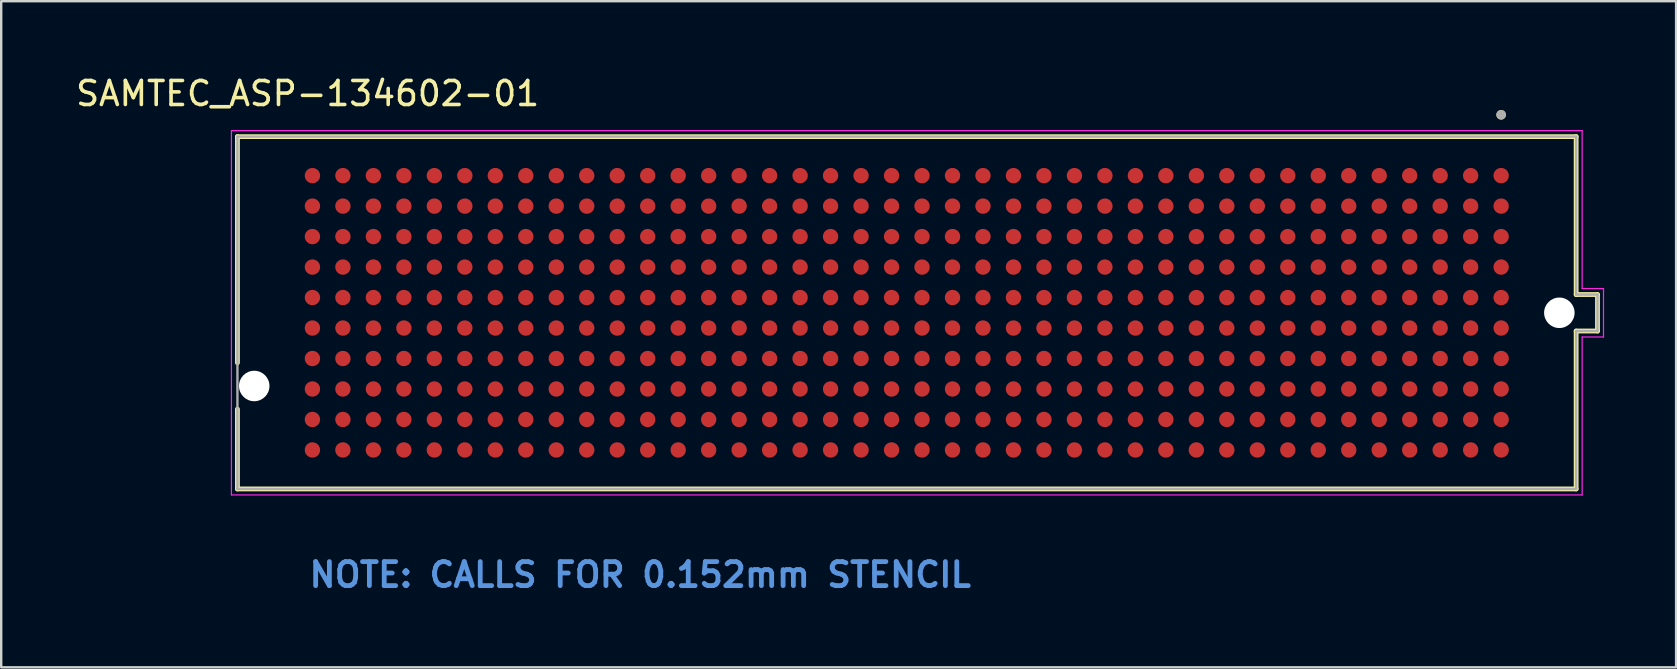
<source format=kicad_pcb>
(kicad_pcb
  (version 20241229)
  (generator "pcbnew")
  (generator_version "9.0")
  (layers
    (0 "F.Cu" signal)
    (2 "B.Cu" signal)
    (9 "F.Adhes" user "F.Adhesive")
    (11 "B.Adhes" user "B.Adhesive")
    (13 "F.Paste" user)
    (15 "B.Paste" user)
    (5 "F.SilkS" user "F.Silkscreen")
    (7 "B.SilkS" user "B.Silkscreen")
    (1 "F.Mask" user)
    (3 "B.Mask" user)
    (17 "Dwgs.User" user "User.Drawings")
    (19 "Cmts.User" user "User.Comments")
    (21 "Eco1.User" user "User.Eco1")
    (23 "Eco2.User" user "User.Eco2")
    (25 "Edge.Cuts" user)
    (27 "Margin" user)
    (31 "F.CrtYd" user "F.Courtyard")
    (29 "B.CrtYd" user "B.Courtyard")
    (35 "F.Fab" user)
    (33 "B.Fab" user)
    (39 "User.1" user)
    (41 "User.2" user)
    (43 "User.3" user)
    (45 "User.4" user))
  (footprint "SAMTEC_ASP-134602-01"
    (layer "F.Cu")
    (at 34.733 9.983)
    (property "Reference" "SAMTEC_ASP-134602-01" (at -24.965 -9.135 0) (layer "F.SilkS") (effects (font (size 1 1) (thickness 0.15))))
    (attr smd)
    (fp_line (start -27.89 -7.34) (end 27.89 -7.34) (stroke (width 0.2) (type solid)) (layer "F.SilkS"))
    (fp_line (start -27.89 2.083) (end -27.89 -7.34) (stroke (width 0.2) (type solid)) (layer "F.SilkS"))
    (fp_line (start -27.89 7.34) (end -27.89 4.013) (stroke (width 0.2) (type solid)) (layer "F.SilkS"))
    (fp_line (start 27.89 -7.34) (end 27.89 -0.76) (stroke (width 0.2) (type solid)) (layer "F.SilkS"))
    (fp_line (start 27.89 -0.76) (end 28.78 -0.76) (stroke (width 0.2) (type solid)) (layer "F.SilkS"))
    (fp_line (start 27.89 0.76) (end 27.89 7.34) (stroke (width 0.2) (type solid)) (layer "F.SilkS"))
    (fp_line (start 27.89 7.34) (end -27.89 7.34) (stroke (width 0.2) (type solid)) (layer "F.SilkS"))
    (fp_line (start 28.78 -0.76) (end 28.78 0.76) (stroke (width 0.2) (type solid)) (layer "F.SilkS"))
    (fp_line (start 28.78 0.76) (end 27.89 0.76) (stroke (width 0.2) (type solid)) (layer "F.SilkS"))
    (fp_circle (center 24.765 -8.25) (end 24.865 -8.25) (stroke (width 0.2) (type solid)) (fill no) (layer "F.SilkS"))
    (fp_circle (center -24.765 -5.715) (end -24.543 -5.715) (stroke (width 0.445) (type solid)) (fill no) (layer "F.Paste"))
    (fp_circle (center -24.765 -4.445) (end -24.543 -4.445) (stroke (width 0.445) (type solid)) (fill no) (layer "F.Paste"))
    (fp_circle (center -24.765 -3.175) (end -24.543 -3.175) (stroke (width 0.445) (type solid)) (fill no) (layer "F.Paste"))
    (fp_circle (center -24.765 -1.905) (end -24.543 -1.905) (stroke (width 0.445) (type solid)) (fill no) (layer "F.Paste"))
    (fp_circle (center -24.765 -0.635) (end -24.543 -0.635) (stroke (width 0.445) (type solid)) (fill no) (layer "F.Paste"))
    (fp_circle (center -24.765 0.635) (end -24.543 0.635) (stroke (width 0.445) (type solid)) (fill no) (layer "F.Paste"))
    (fp_circle (center -24.765 1.905) (end -24.543 1.905) (stroke (width 0.445) (type solid)) (fill no) (layer "F.Paste"))
    (fp_circle (center -24.765 3.175) (end -24.543 3.175) (stroke (width 0.445) (type solid)) (fill no) (layer "F.Paste"))
    (fp_circle (center -24.765 4.445) (end -24.543 4.445) (stroke (width 0.445) (type solid)) (fill no) (layer "F.Paste"))
    (fp_circle (center -24.765 5.715) (end -24.543 5.715) (stroke (width 0.445) (type solid)) (fill no) (layer "F.Paste"))
    (fp_circle (center -23.495 -5.715) (end -23.273 -5.715) (stroke (width 0.445) (type solid)) (fill no) (layer "F.Paste"))
    (fp_circle (center -23.495 -4.445) (end -23.273 -4.445) (stroke (width 0.445) (type solid)) (fill no) (layer "F.Paste"))
    (fp_circle (center -23.495 -3.175) (end -23.273 -3.175) (stroke (width 0.445) (type solid)) (fill no) (layer "F.Paste"))
    (fp_circle (center -23.495 -1.905) (end -23.273 -1.905) (stroke (width 0.445) (type solid)) (fill no) (layer "F.Paste"))
    (fp_circle (center -23.495 -0.635) (end -23.273 -0.635) (stroke (width 0.445) (type solid)) (fill no) (layer "F.Paste"))
    (fp_circle (center -23.495 0.635) (end -23.273 0.635) (stroke (width 0.445) (type solid)) (fill no) (layer "F.Paste"))
    (fp_circle (center -23.495 1.905) (end -23.273 1.905) (stroke (width 0.445) (type solid)) (fill no) (layer "F.Paste"))
    (fp_circle (center -23.495 3.175) (end -23.273 3.175) (stroke (width 0.445) (type solid)) (fill no) (layer "F.Paste"))
    (fp_circle (center -23.495 4.445) (end -23.273 4.445) (stroke (width 0.445) (type solid)) (fill no) (layer "F.Paste"))
    (fp_circle (center -23.495 5.715) (end -23.273 5.715) (stroke (width 0.445) (type solid)) (fill no) (layer "F.Paste"))
    (fp_circle (center -22.225 -5.715) (end -22.003 -5.715) (stroke (width 0.445) (type solid)) (fill no) (layer "F.Paste"))
    (fp_circle (center -22.225 -4.445) (end -22.003 -4.445) (stroke (width 0.445) (type solid)) (fill no) (layer "F.Paste"))
    (fp_circle (center -22.225 -3.175) (end -22.003 -3.175) (stroke (width 0.445) (type solid)) (fill no) (layer "F.Paste"))
    (fp_circle (center -22.225 -1.905) (end -22.003 -1.905) (stroke (width 0.445) (type solid)) (fill no) (layer "F.Paste"))
    (fp_circle (center -22.225 -0.635) (end -22.003 -0.635) (stroke (width 0.445) (type solid)) (fill no) (layer "F.Paste"))
    (fp_circle (center -22.225 0.635) (end -22.003 0.635) (stroke (width 0.445) (type solid)) (fill no) (layer "F.Paste"))
    (fp_circle (center -22.225 1.905) (end -22.003 1.905) (stroke (width 0.445) (type solid)) (fill no) (layer "F.Paste"))
    (fp_circle (center -22.225 3.175) (end -22.003 3.175) (stroke (width 0.445) (type solid)) (fill no) (layer "F.Paste"))
    (fp_circle (center -22.225 4.445) (end -22.003 4.445) (stroke (width 0.445) (type solid)) (fill no) (layer "F.Paste"))
    (fp_circle (center -22.225 5.715) (end -22.003 5.715) (stroke (width 0.445) (type solid)) (fill no) (layer "F.Paste"))
    (fp_circle (center -20.955 -5.715) (end -20.733 -5.715) (stroke (width 0.445) (type solid)) (fill no) (layer "F.Paste"))
    (fp_circle (center -20.955 -4.445) (end -20.733 -4.445) (stroke (width 0.445) (type solid)) (fill no) (layer "F.Paste"))
    (fp_circle (center -20.955 -3.175) (end -20.733 -3.175) (stroke (width 0.445) (type solid)) (fill no) (layer "F.Paste"))
    (fp_circle (center -20.955 -1.905) (end -20.733 -1.905) (stroke (width 0.445) (type solid)) (fill no) (layer "F.Paste"))
    (fp_circle (center -20.955 -0.635) (end -20.733 -0.635) (stroke (width 0.445) (type solid)) (fill no) (layer "F.Paste"))
    (fp_circle (center -20.955 0.635) (end -20.733 0.635) (stroke (width 0.445) (type solid)) (fill no) (layer "F.Paste"))
    (fp_circle (center -20.955 1.905) (end -20.733 1.905) (stroke (width 0.445) (type solid)) (fill no) (layer "F.Paste"))
    (fp_circle (center -20.955 3.175) (end -20.733 3.175) (stroke (width 0.445) (type solid)) (fill no) (layer "F.Paste"))
    (fp_circle (center -20.955 4.445) (end -20.733 4.445) (stroke (width 0.445) (type solid)) (fill no) (layer "F.Paste"))
    (fp_circle (center -20.955 5.715) (end -20.733 5.715) (stroke (width 0.445) (type solid)) (fill no) (layer "F.Paste"))
    (fp_circle (center -19.685 -5.715) (end -19.462 -5.715) (stroke (width 0.445) (type solid)) (fill no) (layer "F.Paste"))
    (fp_circle (center -19.685 -4.445) (end -19.462 -4.445) (stroke (width 0.445) (type solid)) (fill no) (layer "F.Paste"))
    (fp_circle (center -19.685 -3.175) (end -19.462 -3.175) (stroke (width 0.445) (type solid)) (fill no) (layer "F.Paste"))
    (fp_circle (center -19.685 -1.905) (end -19.462 -1.905) (stroke (width 0.445) (type solid)) (fill no) (layer "F.Paste"))
    (fp_circle (center -19.685 -0.635) (end -19.462 -0.635) (stroke (width 0.445) (type solid)) (fill no) (layer "F.Paste"))
    (fp_circle (center -19.685 0.635) (end -19.462 0.635) (stroke (width 0.445) (type solid)) (fill no) (layer "F.Paste"))
    (fp_circle (center -19.685 1.905) (end -19.462 1.905) (stroke (width 0.445) (type solid)) (fill no) (layer "F.Paste"))
    (fp_circle (center -19.685 3.175) (end -19.462 3.175) (stroke (width 0.445) (type solid)) (fill no) (layer "F.Paste"))
    (fp_circle (center -19.685 4.445) (end -19.462 4.445) (stroke (width 0.445) (type solid)) (fill no) (layer "F.Paste"))
    (fp_circle (center -19.685 5.715) (end -19.462 5.715) (stroke (width 0.445) (type solid)) (fill no) (layer "F.Paste"))
    (fp_circle (center -18.415 -5.715) (end -18.192 -5.715) (stroke (width 0.445) (type solid)) (fill no) (layer "F.Paste"))
    (fp_circle (center -18.415 -4.445) (end -18.192 -4.445) (stroke (width 0.445) (type solid)) (fill no) (layer "F.Paste"))
    (fp_circle (center -18.415 -3.175) (end -18.192 -3.175) (stroke (width 0.445) (type solid)) (fill no) (layer "F.Paste"))
    (fp_circle (center -18.415 -1.905) (end -18.192 -1.905) (stroke (width 0.445) (type solid)) (fill no) (layer "F.Paste"))
    (fp_circle (center -18.415 -0.635) (end -18.192 -0.635) (stroke (width 0.445) (type solid)) (fill no) (layer "F.Paste"))
    (fp_circle (center -18.415 0.635) (end -18.192 0.635) (stroke (width 0.445) (type solid)) (fill no) (layer "F.Paste"))
    (fp_circle (center -18.415 1.905) (end -18.192 1.905) (stroke (width 0.445) (type solid)) (fill no) (layer "F.Paste"))
    (fp_circle (center -18.415 3.175) (end -18.192 3.175) (stroke (width 0.445) (type solid)) (fill no) (layer "F.Paste"))
    (fp_circle (center -18.415 4.445) (end -18.192 4.445) (stroke (width 0.445) (type solid)) (fill no) (layer "F.Paste"))
    (fp_circle (center -18.415 5.715) (end -18.192 5.715) (stroke (width 0.445) (type solid)) (fill no) (layer "F.Paste"))
    (fp_circle (center -17.145 -5.715) (end -16.922 -5.715) (stroke (width 0.445) (type solid)) (fill no) (layer "F.Paste"))
    (fp_circle (center -17.145 -4.445) (end -16.922 -4.445) (stroke (width 0.445) (type solid)) (fill no) (layer "F.Paste"))
    (fp_circle (center -17.145 -3.175) (end -16.922 -3.175) (stroke (width 0.445) (type solid)) (fill no) (layer "F.Paste"))
    (fp_circle (center -17.145 -1.905) (end -16.922 -1.905) (stroke (width 0.445) (type solid)) (fill no) (layer "F.Paste"))
    (fp_circle (center -17.145 -0.635) (end -16.922 -0.635) (stroke (width 0.445) (type solid)) (fill no) (layer "F.Paste"))
    (fp_circle (center -17.145 0.635) (end -16.922 0.635) (stroke (width 0.445) (type solid)) (fill no) (layer "F.Paste"))
    (fp_circle (center -17.145 1.905) (end -16.922 1.905) (stroke (width 0.445) (type solid)) (fill no) (layer "F.Paste"))
    (fp_circle (center -17.145 3.175) (end -16.922 3.175) (stroke (width 0.445) (type solid)) (fill no) (layer "F.Paste"))
    (fp_circle (center -17.145 4.445) (end -16.922 4.445) (stroke (width 0.445) (type solid)) (fill no) (layer "F.Paste"))
    (fp_circle (center -17.145 5.715) (end -16.922 5.715) (stroke (width 0.445) (type solid)) (fill no) (layer "F.Paste"))
    (fp_circle (center -15.875 -5.715) (end -15.652 -5.715) (stroke (width 0.445) (type solid)) (fill no) (layer "F.Paste"))
    (fp_circle (center -15.875 -4.445) (end -15.652 -4.445) (stroke (width 0.445) (type solid)) (fill no) (layer "F.Paste"))
    (fp_circle (center -15.875 -3.175) (end -15.652 -3.175) (stroke (width 0.445) (type solid)) (fill no) (layer "F.Paste"))
    (fp_circle (center -15.875 -1.905) (end -15.652 -1.905) (stroke (width 0.445) (type solid)) (fill no) (layer "F.Paste"))
    (fp_circle (center -15.875 -0.635) (end -15.652 -0.635) (stroke (width 0.445) (type solid)) (fill no) (layer "F.Paste"))
    (fp_circle (center -15.875 0.635) (end -15.652 0.635) (stroke (width 0.445) (type solid)) (fill no) (layer "F.Paste"))
    (fp_circle (center -15.875 1.905) (end -15.652 1.905) (stroke (width 0.445) (type solid)) (fill no) (layer "F.Paste"))
    (fp_circle (center -15.875 3.175) (end -15.652 3.175) (stroke (width 0.445) (type solid)) (fill no) (layer "F.Paste"))
    (fp_circle (center -15.875 4.445) (end -15.652 4.445) (stroke (width 0.445) (type solid)) (fill no) (layer "F.Paste"))
    (fp_circle (center -15.875 5.715) (end -15.652 5.715) (stroke (width 0.445) (type solid)) (fill no) (layer "F.Paste"))
    (fp_circle (center -14.605 -5.715) (end -14.383 -5.715) (stroke (width 0.445) (type solid)) (fill no) (layer "F.Paste"))
    (fp_circle (center -14.605 -4.445) (end -14.383 -4.445) (stroke (width 0.445) (type solid)) (fill no) (layer "F.Paste"))
    (fp_circle (center -14.605 -3.175) (end -14.383 -3.175) (stroke (width 0.445) (type solid)) (fill no) (layer "F.Paste"))
    (fp_circle (center -14.605 -1.905) (end -14.383 -1.905) (stroke (width 0.445) (type solid)) (fill no) (layer "F.Paste"))
    (fp_circle (center -14.605 -0.635) (end -14.383 -0.635) (stroke (width 0.445) (type solid)) (fill no) (layer "F.Paste"))
    (fp_circle (center -14.605 0.635) (end -14.383 0.635) (stroke (width 0.445) (type solid)) (fill no) (layer "F.Paste"))
    (fp_circle (center -14.605 1.905) (end -14.383 1.905) (stroke (width 0.445) (type solid)) (fill no) (layer "F.Paste"))
    (fp_circle (center -14.605 3.175) (end -14.383 3.175) (stroke (width 0.445) (type solid)) (fill no) (layer "F.Paste"))
    (fp_circle (center -14.605 4.445) (end -14.383 4.445) (stroke (width 0.445) (type solid)) (fill no) (layer "F.Paste"))
    (fp_circle (center -14.605 5.715) (end -14.383 5.715) (stroke (width 0.445) (type solid)) (fill no) (layer "F.Paste"))
    (fp_circle (center -13.335 -5.715) (end -13.113 -5.715) (stroke (width 0.445) (type solid)) (fill no) (layer "F.Paste"))
    (fp_circle (center -13.335 -4.445) (end -13.113 -4.445) (stroke (width 0.445) (type solid)) (fill no) (layer "F.Paste"))
    (fp_circle (center -13.335 -3.175) (end -13.113 -3.175) (stroke (width 0.445) (type solid)) (fill no) (layer "F.Paste"))
    (fp_circle (center -13.335 -1.905) (end -13.113 -1.905) (stroke (width 0.445) (type solid)) (fill no) (layer "F.Paste"))
    (fp_circle (center -13.335 -0.635) (end -13.113 -0.635) (stroke (width 0.445) (type solid)) (fill no) (layer "F.Paste"))
    (fp_circle (center -13.335 0.635) (end -13.113 0.635) (stroke (width 0.445) (type solid)) (fill no) (layer "F.Paste"))
    (fp_circle (center -13.335 1.905) (end -13.113 1.905) (stroke (width 0.445) (type solid)) (fill no) (layer "F.Paste"))
    (fp_circle (center -13.335 3.175) (end -13.113 3.175) (stroke (width 0.445) (type solid)) (fill no) (layer "F.Paste"))
    (fp_circle (center -13.335 4.445) (end -13.113 4.445) (stroke (width 0.445) (type solid)) (fill no) (layer "F.Paste"))
    (fp_circle (center -13.335 5.715) (end -13.113 5.715) (stroke (width 0.445) (type solid)) (fill no) (layer "F.Paste"))
    (fp_circle (center -12.065 -5.715) (end -11.842 -5.715) (stroke (width 0.445) (type solid)) (fill no) (layer "F.Paste"))
    (fp_circle (center -12.065 -4.445) (end -11.842 -4.445) (stroke (width 0.445) (type solid)) (fill no) (layer "F.Paste"))
    (fp_circle (center -12.065 -3.175) (end -11.842 -3.175) (stroke (width 0.445) (type solid)) (fill no) (layer "F.Paste"))
    (fp_circle (center -12.065 -1.905) (end -11.842 -1.905) (stroke (width 0.445) (type solid)) (fill no) (layer "F.Paste"))
    (fp_circle (center -12.065 -0.635) (end -11.842 -0.635) (stroke (width 0.445) (type solid)) (fill no) (layer "F.Paste"))
    (fp_circle (center -12.065 0.635) (end -11.842 0.635) (stroke (width 0.445) (type solid)) (fill no) (layer "F.Paste"))
    (fp_circle (center -12.065 1.905) (end -11.842 1.905) (stroke (width 0.445) (type solid)) (fill no) (layer "F.Paste"))
    (fp_circle (center -12.065 3.175) (end -11.842 3.175) (stroke (width 0.445) (type solid)) (fill no) (layer "F.Paste"))
    (fp_circle (center -12.065 4.445) (end -11.842 4.445) (stroke (width 0.445) (type solid)) (fill no) (layer "F.Paste"))
    (fp_circle (center -12.065 5.715) (end -11.842 5.715) (stroke (width 0.445) (type solid)) (fill no) (layer "F.Paste"))
    (fp_circle (center -10.795 -5.715) (end -10.572 -5.715) (stroke (width 0.445) (type solid)) (fill no) (layer "F.Paste"))
    (fp_circle (center -10.795 -4.445) (end -10.572 -4.445) (stroke (width 0.445) (type solid)) (fill no) (layer "F.Paste"))
    (fp_circle (center -10.795 -3.175) (end -10.572 -3.175) (stroke (width 0.445) (type solid)) (fill no) (layer "F.Paste"))
    (fp_circle (center -10.795 -1.905) (end -10.572 -1.905) (stroke (width 0.445) (type solid)) (fill no) (layer "F.Paste"))
    (fp_circle (center -10.795 -0.635) (end -10.572 -0.635) (stroke (width 0.445) (type solid)) (fill no) (layer "F.Paste"))
    (fp_circle (center -10.795 0.635) (end -10.572 0.635) (stroke (width 0.445) (type solid)) (fill no) (layer "F.Paste"))
    (fp_circle (center -10.795 1.905) (end -10.572 1.905) (stroke (width 0.445) (type solid)) (fill no) (layer "F.Paste"))
    (fp_circle (center -10.795 3.175) (end -10.572 3.175) (stroke (width 0.445) (type solid)) (fill no) (layer "F.Paste"))
    (fp_circle (center -10.795 4.445) (end -10.572 4.445) (stroke (width 0.445) (type solid)) (fill no) (layer "F.Paste"))
    (fp_circle (center -10.795 5.715) (end -10.572 5.715) (stroke (width 0.445) (type solid)) (fill no) (layer "F.Paste"))
    (fp_circle (center -9.525 -5.715) (end -9.303 -5.715) (stroke (width 0.445) (type solid)) (fill no) (layer "F.Paste"))
    (fp_circle (center -9.525 -4.445) (end -9.303 -4.445) (stroke (width 0.445) (type solid)) (fill no) (layer "F.Paste"))
    (fp_circle (center -9.525 -3.175) (end -9.303 -3.175) (stroke (width 0.445) (type solid)) (fill no) (layer "F.Paste"))
    (fp_circle (center -9.525 -1.905) (end -9.303 -1.905) (stroke (width 0.445) (type solid)) (fill no) (layer "F.Paste"))
    (fp_circle (center -9.525 -0.635) (end -9.303 -0.635) (stroke (width 0.445) (type solid)) (fill no) (layer "F.Paste"))
    (fp_circle (center -9.525 0.635) (end -9.303 0.635) (stroke (width 0.445) (type solid)) (fill no) (layer "F.Paste"))
    (fp_circle (center -9.525 1.905) (end -9.303 1.905) (stroke (width 0.445) (type solid)) (fill no) (layer "F.Paste"))
    (fp_circle (center -9.525 3.175) (end -9.303 3.175) (stroke (width 0.445) (type solid)) (fill no) (layer "F.Paste"))
    (fp_circle (center -9.525 4.445) (end -9.303 4.445) (stroke (width 0.445) (type solid)) (fill no) (layer "F.Paste"))
    (fp_circle (center -9.525 5.715) (end -9.303 5.715) (stroke (width 0.445) (type solid)) (fill no) (layer "F.Paste"))
    (fp_circle (center -8.255 -5.715) (end -8.033 -5.715) (stroke (width 0.445) (type solid)) (fill no) (layer "F.Paste"))
    (fp_circle (center -8.255 -4.445) (end -8.033 -4.445) (stroke (width 0.445) (type solid)) (fill no) (layer "F.Paste"))
    (fp_circle (center -8.255 -3.175) (end -8.033 -3.175) (stroke (width 0.445) (type solid)) (fill no) (layer "F.Paste"))
    (fp_circle (center -8.255 -1.905) (end -8.033 -1.905) (stroke (width 0.445) (type solid)) (fill no) (layer "F.Paste"))
    (fp_circle (center -8.255 -0.635) (end -8.033 -0.635) (stroke (width 0.445) (type solid)) (fill no) (layer "F.Paste"))
    (fp_circle (center -8.255 0.635) (end -8.033 0.635) (stroke (width 0.445) (type solid)) (fill no) (layer "F.Paste"))
    (fp_circle (center -8.255 1.905) (end -8.033 1.905) (stroke (width 0.445) (type solid)) (fill no) (layer "F.Paste"))
    (fp_circle (center -8.255 3.175) (end -8.033 3.175) (stroke (width 0.445) (type solid)) (fill no) (layer "F.Paste"))
    (fp_circle (center -8.255 4.445) (end -8.033 4.445) (stroke (width 0.445) (type solid)) (fill no) (layer "F.Paste"))
    (fp_circle (center -8.255 5.715) (end -8.033 5.715) (stroke (width 0.445) (type solid)) (fill no) (layer "F.Paste"))
    (fp_circle (center -6.985 -5.715) (end -6.763 -5.715) (stroke (width 0.445) (type solid)) (fill no) (layer "F.Paste"))
    (fp_circle (center -6.985 -4.445) (end -6.763 -4.445) (stroke (width 0.445) (type solid)) (fill no) (layer "F.Paste"))
    (fp_circle (center -6.985 -3.175) (end -6.763 -3.175) (stroke (width 0.445) (type solid)) (fill no) (layer "F.Paste"))
    (fp_circle (center -6.985 -1.905) (end -6.763 -1.905) (stroke (width 0.445) (type solid)) (fill no) (layer "F.Paste"))
    (fp_circle (center -6.985 -0.635) (end -6.763 -0.635) (stroke (width 0.445) (type solid)) (fill no) (layer "F.Paste"))
    (fp_circle (center -6.985 0.635) (end -6.763 0.635) (stroke (width 0.445) (type solid)) (fill no) (layer "F.Paste"))
    (fp_circle (center -6.985 1.905) (end -6.763 1.905) (stroke (width 0.445) (type solid)) (fill no) (layer "F.Paste"))
    (fp_circle (center -6.985 3.175) (end -6.763 3.175) (stroke (width 0.445) (type solid)) (fill no) (layer "F.Paste"))
    (fp_circle (center -6.985 4.445) (end -6.763 4.445) (stroke (width 0.445) (type solid)) (fill no) (layer "F.Paste"))
    (fp_circle (center -6.985 5.715) (end -6.763 5.715) (stroke (width 0.445) (type solid)) (fill no) (layer "F.Paste"))
    (fp_circle (center -5.715 -5.715) (end -5.492 -5.715) (stroke (width 0.445) (type solid)) (fill no) (layer "F.Paste"))
    (fp_circle (center -5.715 -4.445) (end -5.492 -4.445) (stroke (width 0.445) (type solid)) (fill no) (layer "F.Paste"))
    (fp_circle (center -5.715 -3.175) (end -5.492 -3.175) (stroke (width 0.445) (type solid)) (fill no) (layer "F.Paste"))
    (fp_circle (center -5.715 -1.905) (end -5.492 -1.905) (stroke (width 0.445) (type solid)) (fill no) (layer "F.Paste"))
    (fp_circle (center -5.715 -0.635) (end -5.492 -0.635) (stroke (width 0.445) (type solid)) (fill no) (layer "F.Paste"))
    (fp_circle (center -5.715 0.635) (end -5.492 0.635) (stroke (width 0.445) (type solid)) (fill no) (layer "F.Paste"))
    (fp_circle (center -5.715 1.905) (end -5.492 1.905) (stroke (width 0.445) (type solid)) (fill no) (layer "F.Paste"))
    (fp_circle (center -5.715 3.175) (end -5.492 3.175) (stroke (width 0.445) (type solid)) (fill no) (layer "F.Paste"))
    (fp_circle (center -5.715 4.445) (end -5.492 4.445) (stroke (width 0.445) (type solid)) (fill no) (layer "F.Paste"))
    (fp_circle (center -5.715 5.715) (end -5.492 5.715) (stroke (width 0.445) (type solid)) (fill no) (layer "F.Paste"))
    (fp_circle (center -4.445 -5.715) (end -4.223 -5.715) (stroke (width 0.445) (type solid)) (fill no) (layer "F.Paste"))
    (fp_circle (center -4.445 -4.445) (end -4.223 -4.445) (stroke (width 0.445) (type solid)) (fill no) (layer "F.Paste"))
    (fp_circle (center -4.445 -3.175) (end -4.223 -3.175) (stroke (width 0.445) (type solid)) (fill no) (layer "F.Paste"))
    (fp_circle (center -4.445 -1.905) (end -4.223 -1.905) (stroke (width 0.445) (type solid)) (fill no) (layer "F.Paste"))
    (fp_circle (center -4.445 -0.635) (end -4.223 -0.635) (stroke (width 0.445) (type solid)) (fill no) (layer "F.Paste"))
    (fp_circle (center -4.445 0.635) (end -4.223 0.635) (stroke (width 0.445) (type solid)) (fill no) (layer "F.Paste"))
    (fp_circle (center -4.445 1.905) (end -4.223 1.905) (stroke (width 0.445) (type solid)) (fill no) (layer "F.Paste"))
    (fp_circle (center -4.445 3.175) (end -4.223 3.175) (stroke (width 0.445) (type solid)) (fill no) (layer "F.Paste"))
    (fp_circle (center -4.445 4.445) (end -4.223 4.445) (stroke (width 0.445) (type solid)) (fill no) (layer "F.Paste"))
    (fp_circle (center -4.445 5.715) (end -4.223 5.715) (stroke (width 0.445) (type solid)) (fill no) (layer "F.Paste"))
    (fp_circle (center -3.175 -5.715) (end -2.953 -5.715) (stroke (width 0.445) (type solid)) (fill no) (layer "F.Paste"))
    (fp_circle (center -3.175 -4.445) (end -2.953 -4.445) (stroke (width 0.445) (type solid)) (fill no) (layer "F.Paste"))
    (fp_circle (center -3.175 -3.175) (end -2.953 -3.175) (stroke (width 0.445) (type solid)) (fill no) (layer "F.Paste"))
    (fp_circle (center -3.175 -1.905) (end -2.953 -1.905) (stroke (width 0.445) (type solid)) (fill no) (layer "F.Paste"))
    (fp_circle (center -3.175 -0.635) (end -2.953 -0.635) (stroke (width 0.445) (type solid)) (fill no) (layer "F.Paste"))
    (fp_circle (center -3.175 0.635) (end -2.953 0.635) (stroke (width 0.445) (type solid)) (fill no) (layer "F.Paste"))
    (fp_circle (center -3.175 1.905) (end -2.953 1.905) (stroke (width 0.445) (type solid)) (fill no) (layer "F.Paste"))
    (fp_circle (center -3.175 3.175) (end -2.953 3.175) (stroke (width 0.445) (type solid)) (fill no) (layer "F.Paste"))
    (fp_circle (center -3.175 4.445) (end -2.953 4.445) (stroke (width 0.445) (type solid)) (fill no) (layer "F.Paste"))
    (fp_circle (center -3.175 5.715) (end -2.953 5.715) (stroke (width 0.445) (type solid)) (fill no) (layer "F.Paste"))
    (fp_circle (center -1.905 -5.715) (end -1.683 -5.715) (stroke (width 0.445) (type solid)) (fill no) (layer "F.Paste"))
    (fp_circle (center -1.905 -4.445) (end -1.683 -4.445) (stroke (width 0.445) (type solid)) (fill no) (layer "F.Paste"))
    (fp_circle (center -1.905 -3.175) (end -1.683 -3.175) (stroke (width 0.445) (type solid)) (fill no) (layer "F.Paste"))
    (fp_circle (center -1.905 -1.905) (end -1.683 -1.905) (stroke (width 0.445) (type solid)) (fill no) (layer "F.Paste"))
    (fp_circle (center -1.905 -0.635) (end -1.683 -0.635) (stroke (width 0.445) (type solid)) (fill no) (layer "F.Paste"))
    (fp_circle (center -1.905 0.635) (end -1.683 0.635) (stroke (width 0.445) (type solid)) (fill no) (layer "F.Paste"))
    (fp_circle (center -1.905 1.905) (end -1.683 1.905) (stroke (width 0.445) (type solid)) (fill no) (layer "F.Paste"))
    (fp_circle (center -1.905 3.175) (end -1.683 3.175) (stroke (width 0.445) (type solid)) (fill no) (layer "F.Paste"))
    (fp_circle (center -1.905 4.445) (end -1.683 4.445) (stroke (width 0.445) (type solid)) (fill no) (layer "F.Paste"))
    (fp_circle (center -1.905 5.715) (end -1.683 5.715) (stroke (width 0.445) (type solid)) (fill no) (layer "F.Paste"))
    (fp_circle (center -0.635 -5.715) (end -0.412 -5.715) (stroke (width 0.445) (type solid)) (fill no) (layer "F.Paste"))
    (fp_circle (center -0.635 -4.445) (end -0.412 -4.445) (stroke (width 0.445) (type solid)) (fill no) (layer "F.Paste"))
    (fp_circle (center -0.635 -3.175) (end -0.412 -3.175) (stroke (width 0.445) (type solid)) (fill no) (layer "F.Paste"))
    (fp_circle (center -0.635 -1.905) (end -0.412 -1.905) (stroke (width 0.445) (type solid)) (fill no) (layer "F.Paste"))
    (fp_circle (center -0.635 -0.635) (end -0.412 -0.635) (stroke (width 0.445) (type solid)) (fill no) (layer "F.Paste"))
    (fp_circle (center -0.635 0.635) (end -0.412 0.635) (stroke (width 0.445) (type solid)) (fill no) (layer "F.Paste"))
    (fp_circle (center -0.635 1.905) (end -0.412 1.905) (stroke (width 0.445) (type solid)) (fill no) (layer "F.Paste"))
    (fp_circle (center -0.635 3.175) (end -0.412 3.175) (stroke (width 0.445) (type solid)) (fill no) (layer "F.Paste"))
    (fp_circle (center -0.635 4.445) (end -0.412 4.445) (stroke (width 0.445) (type solid)) (fill no) (layer "F.Paste"))
    (fp_circle (center -0.635 5.715) (end -0.412 5.715) (stroke (width 0.445) (type solid)) (fill no) (layer "F.Paste"))
    (fp_circle (center 0.635 -5.715) (end 0.858 -5.715) (stroke (width 0.445) (type solid)) (fill no) (layer "F.Paste"))
    (fp_circle (center 0.635 -4.445) (end 0.858 -4.445) (stroke (width 0.445) (type solid)) (fill no) (layer "F.Paste"))
    (fp_circle (center 0.635 -3.175) (end 0.858 -3.175) (stroke (width 0.445) (type solid)) (fill no) (layer "F.Paste"))
    (fp_circle (center 0.635 -1.905) (end 0.858 -1.905) (stroke (width 0.445) (type solid)) (fill no) (layer "F.Paste"))
    (fp_circle (center 0.635 -0.635) (end 0.858 -0.635) (stroke (width 0.445) (type solid)) (fill no) (layer "F.Paste"))
    (fp_circle (center 0.635 0.635) (end 0.858 0.635) (stroke (width 0.445) (type solid)) (fill no) (layer "F.Paste"))
    (fp_circle (center 0.635 1.905) (end 0.858 1.905) (stroke (width 0.445) (type solid)) (fill no) (layer "F.Paste"))
    (fp_circle (center 0.635 3.175) (end 0.858 3.175) (stroke (width 0.445) (type solid)) (fill no) (layer "F.Paste"))
    (fp_circle (center 0.635 4.445) (end 0.858 4.445) (stroke (width 0.445) (type solid)) (fill no) (layer "F.Paste"))
    (fp_circle (center 0.635 5.715) (end 0.858 5.715) (stroke (width 0.445) (type solid)) (fill no) (layer "F.Paste"))
    (fp_circle (center 1.905 -5.715) (end 2.127 -5.715) (stroke (width 0.445) (type solid)) (fill no) (layer "F.Paste"))
    (fp_circle (center 1.905 -4.445) (end 2.127 -4.445) (stroke (width 0.445) (type solid)) (fill no) (layer "F.Paste"))
    (fp_circle (center 1.905 -3.175) (end 2.127 -3.175) (stroke (width 0.445) (type solid)) (fill no) (layer "F.Paste"))
    (fp_circle (center 1.905 -1.905) (end 2.127 -1.905) (stroke (width 0.445) (type solid)) (fill no) (layer "F.Paste"))
    (fp_circle (center 1.905 -0.635) (end 2.127 -0.635) (stroke (width 0.445) (type solid)) (fill no) (layer "F.Paste"))
    (fp_circle (center 1.905 0.635) (end 2.127 0.635) (stroke (width 0.445) (type solid)) (fill no) (layer "F.Paste"))
    (fp_circle (center 1.905 1.905) (end 2.127 1.905) (stroke (width 0.445) (type solid)) (fill no) (layer "F.Paste"))
    (fp_circle (center 1.905 3.175) (end 2.127 3.175) (stroke (width 0.445) (type solid)) (fill no) (layer "F.Paste"))
    (fp_circle (center 1.905 4.445) (end 2.127 4.445) (stroke (width 0.445) (type solid)) (fill no) (layer "F.Paste"))
    (fp_circle (center 1.905 5.715) (end 2.127 5.715) (stroke (width 0.445) (type solid)) (fill no) (layer "F.Paste"))
    (fp_circle (center 3.175 -5.715) (end 3.397 -5.715) (stroke (width 0.445) (type solid)) (fill no) (layer "F.Paste"))
    (fp_circle (center 3.175 -4.445) (end 3.397 -4.445) (stroke (width 0.445) (type solid)) (fill no) (layer "F.Paste"))
    (fp_circle (center 3.175 -3.175) (end 3.397 -3.175) (stroke (width 0.445) (type solid)) (fill no) (layer "F.Paste"))
    (fp_circle (center 3.175 -1.905) (end 3.397 -1.905) (stroke (width 0.445) (type solid)) (fill no) (layer "F.Paste"))
    (fp_circle (center 3.175 -0.635) (end 3.397 -0.635) (stroke (width 0.445) (type solid)) (fill no) (layer "F.Paste"))
    (fp_circle (center 3.175 0.635) (end 3.397 0.635) (stroke (width 0.445) (type solid)) (fill no) (layer "F.Paste"))
    (fp_circle (center 3.175 1.905) (end 3.397 1.905) (stroke (width 0.445) (type solid)) (fill no) (layer "F.Paste"))
    (fp_circle (center 3.175 3.175) (end 3.397 3.175) (stroke (width 0.445) (type solid)) (fill no) (layer "F.Paste"))
    (fp_circle (center 3.175 4.445) (end 3.397 4.445) (stroke (width 0.445) (type solid)) (fill no) (layer "F.Paste"))
    (fp_circle (center 3.175 5.715) (end 3.397 5.715) (stroke (width 0.445) (type solid)) (fill no) (layer "F.Paste"))
    (fp_circle (center 4.445 -5.715) (end 4.668 -5.715) (stroke (width 0.445) (type solid)) (fill no) (layer "F.Paste"))
    (fp_circle (center 4.445 -4.445) (end 4.668 -4.445) (stroke (width 0.445) (type solid)) (fill no) (layer "F.Paste"))
    (fp_circle (center 4.445 -3.175) (end 4.668 -3.175) (stroke (width 0.445) (type solid)) (fill no) (layer "F.Paste"))
    (fp_circle (center 4.445 -1.905) (end 4.668 -1.905) (stroke (width 0.445) (type solid)) (fill no) (layer "F.Paste"))
    (fp_circle (center 4.445 -0.635) (end 4.668 -0.635) (stroke (width 0.445) (type solid)) (fill no) (layer "F.Paste"))
    (fp_circle (center 4.445 0.635) (end 4.668 0.635) (stroke (width 0.445) (type solid)) (fill no) (layer "F.Paste"))
    (fp_circle (center 4.445 1.905) (end 4.668 1.905) (stroke (width 0.445) (type solid)) (fill no) (layer "F.Paste"))
    (fp_circle (center 4.445 3.175) (end 4.668 3.175) (stroke (width 0.445) (type solid)) (fill no) (layer "F.Paste"))
    (fp_circle (center 4.445 4.445) (end 4.668 4.445) (stroke (width 0.445) (type solid)) (fill no) (layer "F.Paste"))
    (fp_circle (center 4.445 5.715) (end 4.668 5.715) (stroke (width 0.445) (type solid)) (fill no) (layer "F.Paste"))
    (fp_circle (center 5.715 -5.715) (end 5.938 -5.715) (stroke (width 0.445) (type solid)) (fill no) (layer "F.Paste"))
    (fp_circle (center 5.715 -4.445) (end 5.938 -4.445) (stroke (width 0.445) (type solid)) (fill no) (layer "F.Paste"))
    (fp_circle (center 5.715 -3.175) (end 5.938 -3.175) (stroke (width 0.445) (type solid)) (fill no) (layer "F.Paste"))
    (fp_circle (center 5.715 -1.905) (end 5.938 -1.905) (stroke (width 0.445) (type solid)) (fill no) (layer "F.Paste"))
    (fp_circle (center 5.715 -0.635) (end 5.938 -0.635) (stroke (width 0.445) (type solid)) (fill no) (layer "F.Paste"))
    (fp_circle (center 5.715 0.635) (end 5.938 0.635) (stroke (width 0.445) (type solid)) (fill no) (layer "F.Paste"))
    (fp_circle (center 5.715 1.905) (end 5.938 1.905) (stroke (width 0.445) (type solid)) (fill no) (layer "F.Paste"))
    (fp_circle (center 5.715 3.175) (end 5.938 3.175) (stroke (width 0.445) (type solid)) (fill no) (layer "F.Paste"))
    (fp_circle (center 5.715 4.445) (end 5.938 4.445) (stroke (width 0.445) (type solid)) (fill no) (layer "F.Paste"))
    (fp_circle (center 5.715 5.715) (end 5.938 5.715) (stroke (width 0.445) (type solid)) (fill no) (layer "F.Paste"))
    (fp_circle (center 6.985 -5.715) (end 7.207 -5.715) (stroke (width 0.445) (type solid)) (fill no) (layer "F.Paste"))
    (fp_circle (center 6.985 -4.445) (end 7.207 -4.445) (stroke (width 0.445) (type solid)) (fill no) (layer "F.Paste"))
    (fp_circle (center 6.985 -3.175) (end 7.207 -3.175) (stroke (width 0.445) (type solid)) (fill no) (layer "F.Paste"))
    (fp_circle (center 6.985 -1.905) (end 7.207 -1.905) (stroke (width 0.445) (type solid)) (fill no) (layer "F.Paste"))
    (fp_circle (center 6.985 -0.635) (end 7.207 -0.635) (stroke (width 0.445) (type solid)) (fill no) (layer "F.Paste"))
    (fp_circle (center 6.985 0.635) (end 7.207 0.635) (stroke (width 0.445) (type solid)) (fill no) (layer "F.Paste"))
    (fp_circle (center 6.985 1.905) (end 7.207 1.905) (stroke (width 0.445) (type solid)) (fill no) (layer "F.Paste"))
    (fp_circle (center 6.985 3.175) (end 7.207 3.175) (stroke (width 0.445) (type solid)) (fill no) (layer "F.Paste"))
    (fp_circle (center 6.985 4.445) (end 7.207 4.445) (stroke (width 0.445) (type solid)) (fill no) (layer "F.Paste"))
    (fp_circle (center 6.985 5.715) (end 7.207 5.715) (stroke (width 0.445) (type solid)) (fill no) (layer "F.Paste"))
    (fp_circle (center 8.255 -5.715) (end 8.477 -5.715) (stroke (width 0.445) (type solid)) (fill no) (layer "F.Paste"))
    (fp_circle (center 8.255 -4.445) (end 8.477 -4.445) (stroke (width 0.445) (type solid)) (fill no) (layer "F.Paste"))
    (fp_circle (center 8.255 -3.175) (end 8.477 -3.175) (stroke (width 0.445) (type solid)) (fill no) (layer "F.Paste"))
    (fp_circle (center 8.255 -1.905) (end 8.477 -1.905) (stroke (width 0.445) (type solid)) (fill no) (layer "F.Paste"))
    (fp_circle (center 8.255 -0.635) (end 8.477 -0.635) (stroke (width 0.445) (type solid)) (fill no) (layer "F.Paste"))
    (fp_circle (center 8.255 0.635) (end 8.477 0.635) (stroke (width 0.445) (type solid)) (fill no) (layer "F.Paste"))
    (fp_circle (center 8.255 1.905) (end 8.477 1.905) (stroke (width 0.445) (type solid)) (fill no) (layer "F.Paste"))
    (fp_circle (center 8.255 3.175) (end 8.477 3.175) (stroke (width 0.445) (type solid)) (fill no) (layer "F.Paste"))
    (fp_circle (center 8.255 4.445) (end 8.477 4.445) (stroke (width 0.445) (type solid)) (fill no) (layer "F.Paste"))
    (fp_circle (center 8.255 5.715) (end 8.477 5.715) (stroke (width 0.445) (type solid)) (fill no) (layer "F.Paste"))
    (fp_circle (center 9.525 -5.715) (end 9.748 -5.715) (stroke (width 0.445) (type solid)) (fill no) (layer "F.Paste"))
    (fp_circle (center 9.525 -4.445) (end 9.748 -4.445) (stroke (width 0.445) (type solid)) (fill no) (layer "F.Paste"))
    (fp_circle (center 9.525 -3.175) (end 9.748 -3.175) (stroke (width 0.445) (type solid)) (fill no) (layer "F.Paste"))
    (fp_circle (center 9.525 -1.905) (end 9.748 -1.905) (stroke (width 0.445) (type solid)) (fill no) (layer "F.Paste"))
    (fp_circle (center 9.525 -0.635) (end 9.748 -0.635) (stroke (width 0.445) (type solid)) (fill no) (layer "F.Paste"))
    (fp_circle (center 9.525 0.635) (end 9.748 0.635) (stroke (width 0.445) (type solid)) (fill no) (layer "F.Paste"))
    (fp_circle (center 9.525 1.905) (end 9.748 1.905) (stroke (width 0.445) (type solid)) (fill no) (layer "F.Paste"))
    (fp_circle (center 9.525 3.175) (end 9.748 3.175) (stroke (width 0.445) (type solid)) (fill no) (layer "F.Paste"))
    (fp_circle (center 9.525 4.445) (end 9.748 4.445) (stroke (width 0.445) (type solid)) (fill no) (layer "F.Paste"))
    (fp_circle (center 9.525 5.715) (end 9.748 5.715) (stroke (width 0.445) (type solid)) (fill no) (layer "F.Paste"))
    (fp_circle (center 10.795 -5.715) (end 11.018 -5.715) (stroke (width 0.445) (type solid)) (fill no) (layer "F.Paste"))
    (fp_circle (center 10.795 -4.445) (end 11.018 -4.445) (stroke (width 0.445) (type solid)) (fill no) (layer "F.Paste"))
    (fp_circle (center 10.795 -3.175) (end 11.018 -3.175) (stroke (width 0.445) (type solid)) (fill no) (layer "F.Paste"))
    (fp_circle (center 10.795 -1.905) (end 11.018 -1.905) (stroke (width 0.445) (type solid)) (fill no) (layer "F.Paste"))
    (fp_circle (center 10.795 -0.635) (end 11.018 -0.635) (stroke (width 0.445) (type solid)) (fill no) (layer "F.Paste"))
    (fp_circle (center 10.795 0.635) (end 11.018 0.635) (stroke (width 0.445) (type solid)) (fill no) (layer "F.Paste"))
    (fp_circle (center 10.795 1.905) (end 11.018 1.905) (stroke (width 0.445) (type solid)) (fill no) (layer "F.Paste"))
    (fp_circle (center 10.795 3.175) (end 11.018 3.175) (stroke (width 0.445) (type solid)) (fill no) (layer "F.Paste"))
    (fp_circle (center 10.795 4.445) (end 11.018 4.445) (stroke (width 0.445) (type solid)) (fill no) (layer "F.Paste"))
    (fp_circle (center 10.795 5.715) (end 11.018 5.715) (stroke (width 0.445) (type solid)) (fill no) (layer "F.Paste"))
    (fp_circle (center 12.065 -5.715) (end 12.287 -5.715) (stroke (width 0.445) (type solid)) (fill no) (layer "F.Paste"))
    (fp_circle (center 12.065 -4.445) (end 12.287 -4.445) (stroke (width 0.445) (type solid)) (fill no) (layer "F.Paste"))
    (fp_circle (center 12.065 -3.175) (end 12.287 -3.175) (stroke (width 0.445) (type solid)) (fill no) (layer "F.Paste"))
    (fp_circle (center 12.065 -1.905) (end 12.287 -1.905) (stroke (width 0.445) (type solid)) (fill no) (layer "F.Paste"))
    (fp_circle (center 12.065 -0.635) (end 12.287 -0.635) (stroke (width 0.445) (type solid)) (fill no) (layer "F.Paste"))
    (fp_circle (center 12.065 0.635) (end 12.287 0.635) (stroke (width 0.445) (type solid)) (fill no) (layer "F.Paste"))
    (fp_circle (center 12.065 1.905) (end 12.287 1.905) (stroke (width 0.445) (type solid)) (fill no) (layer "F.Paste"))
    (fp_circle (center 12.065 3.175) (end 12.287 3.175) (stroke (width 0.445) (type solid)) (fill no) (layer "F.Paste"))
    (fp_circle (center 12.065 4.445) (end 12.287 4.445) (stroke (width 0.445) (type solid)) (fill no) (layer "F.Paste"))
    (fp_circle (center 12.065 5.715) (end 12.287 5.715) (stroke (width 0.445) (type solid)) (fill no) (layer "F.Paste"))
    (fp_circle (center 13.335 -5.715) (end 13.557 -5.715) (stroke (width 0.445) (type solid)) (fill no) (layer "F.Paste"))
    (fp_circle (center 13.335 -4.445) (end 13.557 -4.445) (stroke (width 0.445) (type solid)) (fill no) (layer "F.Paste"))
    (fp_circle (center 13.335 -3.175) (end 13.557 -3.175) (stroke (width 0.445) (type solid)) (fill no) (layer "F.Paste"))
    (fp_circle (center 13.335 -1.905) (end 13.557 -1.905) (stroke (width 0.445) (type solid)) (fill no) (layer "F.Paste"))
    (fp_circle (center 13.335 -0.635) (end 13.557 -0.635) (stroke (width 0.445) (type solid)) (fill no) (layer "F.Paste"))
    (fp_circle (center 13.335 0.635) (end 13.557 0.635) (stroke (width 0.445) (type solid)) (fill no) (layer "F.Paste"))
    (fp_circle (center 13.335 1.905) (end 13.557 1.905) (stroke (width 0.445) (type solid)) (fill no) (layer "F.Paste"))
    (fp_circle (center 13.335 3.175) (end 13.557 3.175) (stroke (width 0.445) (type solid)) (fill no) (layer "F.Paste"))
    (fp_circle (center 13.335 4.445) (end 13.557 4.445) (stroke (width 0.445) (type solid)) (fill no) (layer "F.Paste"))
    (fp_circle (center 13.335 5.715) (end 13.557 5.715) (stroke (width 0.445) (type solid)) (fill no) (layer "F.Paste"))
    (fp_circle (center 14.605 -5.715) (end 14.828 -5.715) (stroke (width 0.445) (type solid)) (fill no) (layer "F.Paste"))
    (fp_circle (center 14.605 -4.445) (end 14.828 -4.445) (stroke (width 0.445) (type solid)) (fill no) (layer "F.Paste"))
    (fp_circle (center 14.605 -3.175) (end 14.828 -3.175) (stroke (width 0.445) (type solid)) (fill no) (layer "F.Paste"))
    (fp_circle (center 14.605 -1.905) (end 14.828 -1.905) (stroke (width 0.445) (type solid)) (fill no) (layer "F.Paste"))
    (fp_circle (center 14.605 -0.635) (end 14.828 -0.635) (stroke (width 0.445) (type solid)) (fill no) (layer "F.Paste"))
    (fp_circle (center 14.605 0.635) (end 14.828 0.635) (stroke (width 0.445) (type solid)) (fill no) (layer "F.Paste"))
    (fp_circle (center 14.605 1.905) (end 14.828 1.905) (stroke (width 0.445) (type solid)) (fill no) (layer "F.Paste"))
    (fp_circle (center 14.605 3.175) (end 14.828 3.175) (stroke (width 0.445) (type solid)) (fill no) (layer "F.Paste"))
    (fp_circle (center 14.605 4.445) (end 14.828 4.445) (stroke (width 0.445) (type solid)) (fill no) (layer "F.Paste"))
    (fp_circle (center 14.605 5.715) (end 14.828 5.715) (stroke (width 0.445) (type solid)) (fill no) (layer "F.Paste"))
    (fp_circle (center 15.875 -5.715) (end 16.098 -5.715) (stroke (width 0.445) (type solid)) (fill no) (layer "F.Paste"))
    (fp_circle (center 15.875 -4.445) (end 16.098 -4.445) (stroke (width 0.445) (type solid)) (fill no) (layer "F.Paste"))
    (fp_circle (center 15.875 -3.175) (end 16.098 -3.175) (stroke (width 0.445) (type solid)) (fill no) (layer "F.Paste"))
    (fp_circle (center 15.875 -1.905) (end 16.098 -1.905) (stroke (width 0.445) (type solid)) (fill no) (layer "F.Paste"))
    (fp_circle (center 15.875 -0.635) (end 16.098 -0.635) (stroke (width 0.445) (type solid)) (fill no) (layer "F.Paste"))
    (fp_circle (center 15.875 0.635) (end 16.098 0.635) (stroke (width 0.445) (type solid)) (fill no) (layer "F.Paste"))
    (fp_circle (center 15.875 1.905) (end 16.098 1.905) (stroke (width 0.445) (type solid)) (fill no) (layer "F.Paste"))
    (fp_circle (center 15.875 3.175) (end 16.098 3.175) (stroke (width 0.445) (type solid)) (fill no) (layer "F.Paste"))
    (fp_circle (center 15.875 4.445) (end 16.098 4.445) (stroke (width 0.445) (type solid)) (fill no) (layer "F.Paste"))
    (fp_circle (center 15.875 5.715) (end 16.098 5.715) (stroke (width 0.445) (type solid)) (fill no) (layer "F.Paste"))
    (fp_circle (center 17.145 -5.715) (end 17.367 -5.715) (stroke (width 0.445) (type solid)) (fill no) (layer "F.Paste"))
    (fp_circle (center 17.145 -4.445) (end 17.367 -4.445) (stroke (width 0.445) (type solid)) (fill no) (layer "F.Paste"))
    (fp_circle (center 17.145 -3.175) (end 17.367 -3.175) (stroke (width 0.445) (type solid)) (fill no) (layer "F.Paste"))
    (fp_circle (center 17.145 -1.905) (end 17.367 -1.905) (stroke (width 0.445) (type solid)) (fill no) (layer "F.Paste"))
    (fp_circle (center 17.145 -0.635) (end 17.367 -0.635) (stroke (width 0.445) (type solid)) (fill no) (layer "F.Paste"))
    (fp_circle (center 17.145 0.635) (end 17.367 0.635) (stroke (width 0.445) (type solid)) (fill no) (layer "F.Paste"))
    (fp_circle (center 17.145 1.905) (end 17.367 1.905) (stroke (width 0.445) (type solid)) (fill no) (layer "F.Paste"))
    (fp_circle (center 17.145 3.175) (end 17.367 3.175) (stroke (width 0.445) (type solid)) (fill no) (layer "F.Paste"))
    (fp_circle (center 17.145 4.445) (end 17.367 4.445) (stroke (width 0.445) (type solid)) (fill no) (layer "F.Paste"))
    (fp_circle (center 17.145 5.715) (end 17.367 5.715) (stroke (width 0.445) (type solid)) (fill no) (layer "F.Paste"))
    (fp_circle (center 18.415 -5.715) (end 18.637 -5.715) (stroke (width 0.445) (type solid)) (fill no) (layer "F.Paste"))
    (fp_circle (center 18.415 -4.445) (end 18.637 -4.445) (stroke (width 0.445) (type solid)) (fill no) (layer "F.Paste"))
    (fp_circle (center 18.415 -3.175) (end 18.637 -3.175) (stroke (width 0.445) (type solid)) (fill no) (layer "F.Paste"))
    (fp_circle (center 18.415 -1.905) (end 18.637 -1.905) (stroke (width 0.445) (type solid)) (fill no) (layer "F.Paste"))
    (fp_circle (center 18.415 -0.635) (end 18.637 -0.635) (stroke (width 0.445) (type solid)) (fill no) (layer "F.Paste"))
    (fp_circle (center 18.415 0.635) (end 18.637 0.635) (stroke (width 0.445) (type solid)) (fill no) (layer "F.Paste"))
    (fp_circle (center 18.415 1.905) (end 18.637 1.905) (stroke (width 0.445) (type solid)) (fill no) (layer "F.Paste"))
    (fp_circle (center 18.415 3.175) (end 18.637 3.175) (stroke (width 0.445) (type solid)) (fill no) (layer "F.Paste"))
    (fp_circle (center 18.415 4.445) (end 18.637 4.445) (stroke (width 0.445) (type solid)) (fill no) (layer "F.Paste"))
    (fp_circle (center 18.415 5.715) (end 18.637 5.715) (stroke (width 0.445) (type solid)) (fill no) (layer "F.Paste"))
    (fp_circle (center 19.685 -5.715) (end 19.907 -5.715) (stroke (width 0.445) (type solid)) (fill no) (layer "F.Paste"))
    (fp_circle (center 19.685 -4.445) (end 19.907 -4.445) (stroke (width 0.445) (type solid)) (fill no) (layer "F.Paste"))
    (fp_circle (center 19.685 -3.175) (end 19.907 -3.175) (stroke (width 0.445) (type solid)) (fill no) (layer "F.Paste"))
    (fp_circle (center 19.685 -1.905) (end 19.907 -1.905) (stroke (width 0.445) (type solid)) (fill no) (layer "F.Paste"))
    (fp_circle (center 19.685 -0.635) (end 19.907 -0.635) (stroke (width 0.445) (type solid)) (fill no) (layer "F.Paste"))
    (fp_circle (center 19.685 0.635) (end 19.907 0.635) (stroke (width 0.445) (type solid)) (fill no) (layer "F.Paste"))
    (fp_circle (center 19.685 1.905) (end 19.907 1.905) (stroke (width 0.445) (type solid)) (fill no) (layer "F.Paste"))
    (fp_circle (center 19.685 3.175) (end 19.907 3.175) (stroke (width 0.445) (type solid)) (fill no) (layer "F.Paste"))
    (fp_circle (center 19.685 4.445) (end 19.907 4.445) (stroke (width 0.445) (type solid)) (fill no) (layer "F.Paste"))
    (fp_circle (center 19.685 5.715) (end 19.907 5.715) (stroke (width 0.445) (type solid)) (fill no) (layer "F.Paste"))
    (fp_circle (center 20.955 -5.715) (end 21.177 -5.715) (stroke (width 0.445) (type solid)) (fill no) (layer "F.Paste"))
    (fp_circle (center 20.955 -4.445) (end 21.177 -4.445) (stroke (width 0.445) (type solid)) (fill no) (layer "F.Paste"))
    (fp_circle (center 20.955 -3.175) (end 21.177 -3.175) (stroke (width 0.445) (type solid)) (fill no) (layer "F.Paste"))
    (fp_circle (center 20.955 -1.905) (end 21.177 -1.905) (stroke (width 0.445) (type solid)) (fill no) (layer "F.Paste"))
    (fp_circle (center 20.955 -0.635) (end 21.177 -0.635) (stroke (width 0.445) (type solid)) (fill no) (layer "F.Paste"))
    (fp_circle (center 20.955 0.635) (end 21.177 0.635) (stroke (width 0.445) (type solid)) (fill no) (layer "F.Paste"))
    (fp_circle (center 20.955 1.905) (end 21.177 1.905) (stroke (width 0.445) (type solid)) (fill no) (layer "F.Paste"))
    (fp_circle (center 20.955 3.175) (end 21.177 3.175) (stroke (width 0.445) (type solid)) (fill no) (layer "F.Paste"))
    (fp_circle (center 20.955 4.445) (end 21.177 4.445) (stroke (width 0.445) (type solid)) (fill no) (layer "F.Paste"))
    (fp_circle (center 20.955 5.715) (end 21.177 5.715) (stroke (width 0.445) (type solid)) (fill no) (layer "F.Paste"))
    (fp_circle (center 22.225 -5.715) (end 22.448 -5.715) (stroke (width 0.445) (type solid)) (fill no) (layer "F.Paste"))
    (fp_circle (center 22.225 -4.445) (end 22.448 -4.445) (stroke (width 0.445) (type solid)) (fill no) (layer "F.Paste"))
    (fp_circle (center 22.225 -3.175) (end 22.448 -3.175) (stroke (width 0.445) (type solid)) (fill no) (layer "F.Paste"))
    (fp_circle (center 22.225 -1.905) (end 22.448 -1.905) (stroke (width 0.445) (type solid)) (fill no) (layer "F.Paste"))
    (fp_circle (center 22.225 -0.635) (end 22.448 -0.635) (stroke (width 0.445) (type solid)) (fill no) (layer "F.Paste"))
    (fp_circle (center 22.225 0.635) (end 22.448 0.635) (stroke (width 0.445) (type solid)) (fill no) (layer "F.Paste"))
    (fp_circle (center 22.225 1.905) (end 22.448 1.905) (stroke (width 0.445) (type solid)) (fill no) (layer "F.Paste"))
    (fp_circle (center 22.225 3.175) (end 22.448 3.175) (stroke (width 0.445) (type solid)) (fill no) (layer "F.Paste"))
    (fp_circle (center 22.225 4.445) (end 22.448 4.445) (stroke (width 0.445) (type solid)) (fill no) (layer "F.Paste"))
    (fp_circle (center 22.225 5.715) (end 22.448 5.715) (stroke (width 0.445) (type solid)) (fill no) (layer "F.Paste"))
    (fp_circle (center 23.495 -5.715) (end 23.718 -5.715) (stroke (width 0.445) (type solid)) (fill no) (layer "F.Paste"))
    (fp_circle (center 23.495 -4.445) (end 23.718 -4.445) (stroke (width 0.445) (type solid)) (fill no) (layer "F.Paste"))
    (fp_circle (center 23.495 -3.175) (end 23.718 -3.175) (stroke (width 0.445) (type solid)) (fill no) (layer "F.Paste"))
    (fp_circle (center 23.495 -1.905) (end 23.718 -1.905) (stroke (width 0.445) (type solid)) (fill no) (layer "F.Paste"))
    (fp_circle (center 23.495 -0.635) (end 23.718 -0.635) (stroke (width 0.445) (type solid)) (fill no) (layer "F.Paste"))
    (fp_circle (center 23.495 0.635) (end 23.718 0.635) (stroke (width 0.445) (type solid)) (fill no) (layer "F.Paste"))
    (fp_circle (center 23.495 1.905) (end 23.718 1.905) (stroke (width 0.445) (type solid)) (fill no) (layer "F.Paste"))
    (fp_circle (center 23.495 3.175) (end 23.718 3.175) (stroke (width 0.445) (type solid)) (fill no) (layer "F.Paste"))
    (fp_circle (center 23.495 4.445) (end 23.718 4.445) (stroke (width 0.445) (type solid)) (fill no) (layer "F.Paste"))
    (fp_circle (center 23.495 5.715) (end 23.718 5.715) (stroke (width 0.445) (type solid)) (fill no) (layer "F.Paste"))
    (fp_circle (center 24.765 -5.715) (end 24.988 -5.715) (stroke (width 0.445) (type solid)) (fill no) (layer "F.Paste"))
    (fp_circle (center 24.765 -4.445) (end 24.988 -4.445) (stroke (width 0.445) (type solid)) (fill no) (layer "F.Paste"))
    (fp_circle (center 24.765 -3.175) (end 24.988 -3.175) (stroke (width 0.445) (type solid)) (fill no) (layer "F.Paste"))
    (fp_circle (center 24.765 -1.905) (end 24.988 -1.905) (stroke (width 0.445) (type solid)) (fill no) (layer "F.Paste"))
    (fp_circle (center 24.765 -0.635) (end 24.988 -0.635) (stroke (width 0.445) (type solid)) (fill no) (layer "F.Paste"))
    (fp_circle (center 24.765 0.635) (end 24.988 0.635) (stroke (width 0.445) (type solid)) (fill no) (layer "F.Paste"))
    (fp_circle (center 24.765 1.905) (end 24.988 1.905) (stroke (width 0.445) (type solid)) (fill no) (layer "F.Paste"))
    (fp_circle (center 24.765 3.175) (end 24.988 3.175) (stroke (width 0.445) (type solid)) (fill no) (layer "F.Paste"))
    (fp_circle (center 24.765 4.445) (end 24.988 4.445) (stroke (width 0.445) (type solid)) (fill no) (layer "F.Paste"))
    (fp_circle (center 24.765 5.715) (end 24.988 5.715) (stroke (width 0.445) (type solid)) (fill no) (layer "F.Paste"))
    (fp_line (start -28.14 -7.59) (end 28.14 -7.59) (stroke (width 0.05) (type solid)) (layer "F.CrtYd"))
    (fp_line (start -28.14 7.59) (end -28.14 -7.59) (stroke (width 0.05) (type solid)) (layer "F.CrtYd"))
    (fp_line (start 28.14 -7.59) (end 28.14 -1.01) (stroke (width 0.05) (type solid)) (layer "F.CrtYd"))
    (fp_line (start 28.14 -1.01) (end 29.03 -1.01) (stroke (width 0.05) (type solid)) (layer "F.CrtYd"))
    (fp_line (start 28.14 1.01) (end 28.14 7.59) (stroke (width 0.05) (type solid)) (layer "F.CrtYd"))
    (fp_line (start 28.14 7.59) (end -28.14 7.59) (stroke (width 0.05) (type solid)) (layer "F.CrtYd"))
    (fp_line (start 29.03 -1.01) (end 29.03 1.01) (stroke (width 0.05) (type solid)) (layer "F.CrtYd"))
    (fp_line (start 29.03 1.01) (end 28.14 1.01) (stroke (width 0.05) (type solid)) (layer "F.CrtYd"))
    (fp_line (start -27.89 -7.34) (end 27.89 -7.34) (stroke (width 0.1) (type solid)) (layer "F.Fab"))
    (fp_line (start -27.89 7.34) (end -27.89 -7.34) (stroke (width 0.1) (type solid)) (layer "F.Fab"))
    (fp_line (start 27.89 -7.34) (end 27.89 -0.76) (stroke (width 0.1) (type solid)) (layer "F.Fab"))
    (fp_line (start 27.89 -0.76) (end 28.78 -0.76) (stroke (width 0.1) (type solid)) (layer "F.Fab"))
    (fp_line (start 27.89 0.76) (end 27.89 7.34) (stroke (width 0.1) (type solid)) (layer "F.Fab"))
    (fp_line (start 27.89 7.34) (end -27.89 7.34) (stroke (width 0.1) (type solid)) (layer "F.Fab"))
    (fp_line (start 28.78 -0.76) (end 28.78 0.76) (stroke (width 0.1) (type solid)) (layer "F.Fab"))
    (fp_line (start 28.78 0.76) (end 27.89 0.76) (stroke (width 0.1) (type solid)) (layer "F.Fab"))
    (fp_circle (center 24.765 -8.25) (end 24.865 -8.25) (stroke (width 0.2) (type solid)) (fill no) (layer "F.Fab"))
    (fp_text user "NOTE: CALLS FOR 0.152mm STENCIL" (at -25 11.5 0) (unlocked yes) (layer "Cmts.User") (effects (font (size 1 1) (thickness 0.2) (bold yes)) (justify left bottom)))
    (pad "" np_thru_hole circle (at -27.19 3.05) (size 1.27 1.27) (drill 1.27) (layers "*.Cu" "*.Mask"))
    (pad "" np_thru_hole circle (at 27.19 0) (size 1.27 1.27) (drill 1.27) (layers "*.Cu" "*.Mask"))
    (pad "A1" smd circle (at 24.765 -5.715) (size 0.64 0.64) (layers "F.Cu" "F.Mask"))
    (pad "A2" smd circle (at 23.495 -5.715) (size 0.64 0.64) (layers "F.Cu" "F.Mask"))
    (pad "A3" smd circle (at 22.225 -5.715) (size 0.64 0.64) (layers "F.Cu" "F.Mask"))
    (pad "A4" smd circle (at 20.955 -5.715) (size 0.64 0.64) (layers "F.Cu" "F.Mask"))
    (pad "A5" smd circle (at 19.685 -5.715) (size 0.64 0.64) (layers "F.Cu" "F.Mask"))
    (pad "A6" smd circle (at 18.415 -5.715) (size 0.64 0.64) (layers "F.Cu" "F.Mask"))
    (pad "A7" smd circle (at 17.145 -5.715) (size 0.64 0.64) (layers "F.Cu" "F.Mask"))
    (pad "A8" smd circle (at 15.875 -5.715) (size 0.64 0.64) (layers "F.Cu" "F.Mask"))
    (pad "A9" smd circle (at 14.605 -5.715) (size 0.64 0.64) (layers "F.Cu" "F.Mask"))
    (pad "A10" smd circle (at 13.335 -5.715) (size 0.64 0.64) (layers "F.Cu" "F.Mask"))
    (pad "A11" smd circle (at 12.065 -5.715) (size 0.64 0.64) (layers "F.Cu" "F.Mask"))
    (pad "A12" smd circle (at 10.795 -5.715) (size 0.64 0.64) (layers "F.Cu" "F.Mask"))
    (pad "A13" smd circle (at 9.525 -5.715) (size 0.64 0.64) (layers "F.Cu" "F.Mask"))
    (pad "A14" smd circle (at 8.255 -5.715) (size 0.64 0.64) (layers "F.Cu" "F.Mask"))
    (pad "A15" smd circle (at 6.985 -5.715) (size 0.64 0.64) (layers "F.Cu" "F.Mask"))
    (pad "A16" smd circle (at 5.715 -5.715) (size 0.64 0.64) (layers "F.Cu" "F.Mask"))
    (pad "A17" smd circle (at 4.445 -5.715) (size 0.64 0.64) (layers "F.Cu" "F.Mask"))
    (pad "A18" smd circle (at 3.175 -5.715) (size 0.64 0.64) (layers "F.Cu" "F.Mask"))
    (pad "A19" smd circle (at 1.905 -5.715) (size 0.64 0.64) (layers "F.Cu" "F.Mask"))
    (pad "A20" smd circle (at 0.635 -5.715) (size 0.64 0.64) (layers "F.Cu" "F.Mask"))
    (pad "A21" smd circle (at -0.635 -5.715) (size 0.64 0.64) (layers "F.Cu" "F.Mask"))
    (pad "A22" smd circle (at -1.905 -5.715) (size 0.64 0.64) (layers "F.Cu" "F.Mask"))
    (pad "A23" smd circle (at -3.175 -5.715) (size 0.64 0.64) (layers "F.Cu" "F.Mask"))
    (pad "A24" smd circle (at -4.445 -5.715) (size 0.64 0.64) (layers "F.Cu" "F.Mask"))
    (pad "A25" smd circle (at -5.715 -5.715) (size 0.64 0.64) (layers "F.Cu" "F.Mask"))
    (pad "A26" smd circle (at -6.985 -5.715) (size 0.64 0.64) (layers "F.Cu" "F.Mask"))
    (pad "A27" smd circle (at -8.255 -5.715) (size 0.64 0.64) (layers "F.Cu" "F.Mask"))
    (pad "A28" smd circle (at -9.525 -5.715) (size 0.64 0.64) (layers "F.Cu" "F.Mask"))
    (pad "A29" smd circle (at -10.795 -5.715) (size 0.64 0.64) (layers "F.Cu" "F.Mask"))
    (pad "A30" smd circle (at -12.065 -5.715) (size 0.64 0.64) (layers "F.Cu" "F.Mask"))
    (pad "A31" smd circle (at -13.335 -5.715) (size 0.64 0.64) (layers "F.Cu" "F.Mask"))
    (pad "A32" smd circle (at -14.605 -5.715) (size 0.64 0.64) (layers "F.Cu" "F.Mask"))
    (pad "A33" smd circle (at -15.875 -5.715) (size 0.64 0.64) (layers "F.Cu" "F.Mask"))
    (pad "A34" smd circle (at -17.145 -5.715) (size 0.64 0.64) (layers "F.Cu" "F.Mask"))
    (pad "A35" smd circle (at -18.415 -5.715) (size 0.64 0.64) (layers "F.Cu" "F.Mask"))
    (pad "A36" smd circle (at -19.685 -5.715) (size 0.64 0.64) (layers "F.Cu" "F.Mask"))
    (pad "A37" smd circle (at -20.955 -5.715) (size 0.64 0.64) (layers "F.Cu" "F.Mask"))
    (pad "A38" smd circle (at -22.225 -5.715) (size 0.64 0.64) (layers "F.Cu" "F.Mask"))
    (pad "A39" smd circle (at -23.495 -5.715) (size 0.64 0.64) (layers "F.Cu" "F.Mask"))
    (pad "A40" smd circle (at -24.765 -5.715) (size 0.64 0.64) (layers "F.Cu" "F.Mask"))
    (pad "B1" smd circle (at 24.765 -4.445) (size 0.64 0.64) (layers "F.Cu" "F.Mask"))
    (pad "B2" smd circle (at 23.495 -4.445) (size 0.64 0.64) (layers "F.Cu" "F.Mask"))
    (pad "B3" smd circle (at 22.225 -4.445) (size 0.64 0.64) (layers "F.Cu" "F.Mask"))
    (pad "B4" smd circle (at 20.955 -4.445) (size 0.64 0.64) (layers "F.Cu" "F.Mask"))
    (pad "B5" smd circle (at 19.685 -4.445) (size 0.64 0.64) (layers "F.Cu" "F.Mask"))
    (pad "B6" smd circle (at 18.415 -4.445) (size 0.64 0.64) (layers "F.Cu" "F.Mask"))
    (pad "B7" smd circle (at 17.145 -4.445) (size 0.64 0.64) (layers "F.Cu" "F.Mask"))
    (pad "B8" smd circle (at 15.875 -4.445) (size 0.64 0.64) (layers "F.Cu" "F.Mask"))
    (pad "B9" smd circle (at 14.605 -4.445) (size 0.64 0.64) (layers "F.Cu" "F.Mask"))
    (pad "B10" smd circle (at 13.335 -4.445) (size 0.64 0.64) (layers "F.Cu" "F.Mask"))
    (pad "B11" smd circle (at 12.065 -4.445) (size 0.64 0.64) (layers "F.Cu" "F.Mask"))
    (pad "B12" smd circle (at 10.795 -4.445) (size 0.64 0.64) (layers "F.Cu" "F.Mask"))
    (pad "B13" smd circle (at 9.525 -4.445) (size 0.64 0.64) (layers "F.Cu" "F.Mask"))
    (pad "B14" smd circle (at 8.255 -4.445) (size 0.64 0.64) (layers "F.Cu" "F.Mask"))
    (pad "B15" smd circle (at 6.985 -4.445) (size 0.64 0.64) (layers "F.Cu" "F.Mask"))
    (pad "B16" smd circle (at 5.715 -4.445) (size 0.64 0.64) (layers "F.Cu" "F.Mask"))
    (pad "B17" smd circle (at 4.445 -4.445) (size 0.64 0.64) (layers "F.Cu" "F.Mask"))
    (pad "B18" smd circle (at 3.175 -4.445) (size 0.64 0.64) (layers "F.Cu" "F.Mask"))
    (pad "B19" smd circle (at 1.905 -4.445) (size 0.64 0.64) (layers "F.Cu" "F.Mask"))
    (pad "B20" smd circle (at 0.635 -4.445) (size 0.64 0.64) (layers "F.Cu" "F.Mask"))
    (pad "B21" smd circle (at -0.635 -4.445) (size 0.64 0.64) (layers "F.Cu" "F.Mask"))
    (pad "B22" smd circle (at -1.905 -4.445) (size 0.64 0.64) (layers "F.Cu" "F.Mask"))
    (pad "B23" smd circle (at -3.175 -4.445) (size 0.64 0.64) (layers "F.Cu" "F.Mask"))
    (pad "B24" smd circle (at -4.445 -4.445) (size 0.64 0.64) (layers "F.Cu" "F.Mask"))
    (pad "B25" smd circle (at -5.715 -4.445) (size 0.64 0.64) (layers "F.Cu" "F.Mask"))
    (pad "B26" smd circle (at -6.985 -4.445) (size 0.64 0.64) (layers "F.Cu" "F.Mask"))
    (pad "B27" smd circle (at -8.255 -4.445) (size 0.64 0.64) (layers "F.Cu" "F.Mask"))
    (pad "B28" smd circle (at -9.525 -4.445) (size 0.64 0.64) (layers "F.Cu" "F.Mask"))
    (pad "B29" smd circle (at -10.795 -4.445) (size 0.64 0.64) (layers "F.Cu" "F.Mask"))
    (pad "B30" smd circle (at -12.065 -4.445) (size 0.64 0.64) (layers "F.Cu" "F.Mask"))
    (pad "B31" smd circle (at -13.335 -4.445) (size 0.64 0.64) (layers "F.Cu" "F.Mask"))
    (pad "B32" smd circle (at -14.605 -4.445) (size 0.64 0.64) (layers "F.Cu" "F.Mask"))
    (pad "B33" smd circle (at -15.875 -4.445) (size 0.64 0.64) (layers "F.Cu" "F.Mask"))
    (pad "B34" smd circle (at -17.145 -4.445) (size 0.64 0.64) (layers "F.Cu" "F.Mask"))
    (pad "B35" smd circle (at -18.415 -4.445) (size 0.64 0.64) (layers "F.Cu" "F.Mask"))
    (pad "B36" smd circle (at -19.685 -4.445) (size 0.64 0.64) (layers "F.Cu" "F.Mask"))
    (pad "B37" smd circle (at -20.955 -4.445) (size 0.64 0.64) (layers "F.Cu" "F.Mask"))
    (pad "B38" smd circle (at -22.225 -4.445) (size 0.64 0.64) (layers "F.Cu" "F.Mask"))
    (pad "B39" smd circle (at -23.495 -4.445) (size 0.64 0.64) (layers "F.Cu" "F.Mask"))
    (pad "B40" smd circle (at -24.765 -4.445) (size 0.64 0.64) (layers "F.Cu" "F.Mask"))
    (pad "C1" smd circle (at 24.765 -3.175) (size 0.64 0.64) (layers "F.Cu" "F.Mask"))
    (pad "C2" smd circle (at 23.495 -3.175) (size 0.64 0.64) (layers "F.Cu" "F.Mask"))
    (pad "C3" smd circle (at 22.225 -3.175) (size 0.64 0.64) (layers "F.Cu" "F.Mask"))
    (pad "C4" smd circle (at 20.955 -3.175) (size 0.64 0.64) (layers "F.Cu" "F.Mask"))
    (pad "C5" smd circle (at 19.685 -3.175) (size 0.64 0.64) (layers "F.Cu" "F.Mask"))
    (pad "C6" smd circle (at 18.415 -3.175) (size 0.64 0.64) (layers "F.Cu" "F.Mask"))
    (pad "C7" smd circle (at 17.145 -3.175) (size 0.64 0.64) (layers "F.Cu" "F.Mask"))
    (pad "C8" smd circle (at 15.875 -3.175) (size 0.64 0.64) (layers "F.Cu" "F.Mask"))
    (pad "C9" smd circle (at 14.605 -3.175) (size 0.64 0.64) (layers "F.Cu" "F.Mask"))
    (pad "C10" smd circle (at 13.335 -3.175) (size 0.64 0.64) (layers "F.Cu" "F.Mask"))
    (pad "C11" smd circle (at 12.065 -3.175) (size 0.64 0.64) (layers "F.Cu" "F.Mask"))
    (pad "C12" smd circle (at 10.795 -3.175) (size 0.64 0.64) (layers "F.Cu" "F.Mask"))
    (pad "C13" smd circle (at 9.525 -3.175) (size 0.64 0.64) (layers "F.Cu" "F.Mask"))
    (pad "C14" smd circle (at 8.255 -3.175) (size 0.64 0.64) (layers "F.Cu" "F.Mask"))
    (pad "C15" smd circle (at 6.985 -3.175) (size 0.64 0.64) (layers "F.Cu" "F.Mask"))
    (pad "C16" smd circle (at 5.715 -3.175) (size 0.64 0.64) (layers "F.Cu" "F.Mask"))
    (pad "C17" smd circle (at 4.445 -3.175) (size 0.64 0.64) (layers "F.Cu" "F.Mask"))
    (pad "C18" smd circle (at 3.175 -3.175) (size 0.64 0.64) (layers "F.Cu" "F.Mask"))
    (pad "C19" smd circle (at 1.905 -3.175) (size 0.64 0.64) (layers "F.Cu" "F.Mask"))
    (pad "C20" smd circle (at 0.635 -3.175) (size 0.64 0.64) (layers "F.Cu" "F.Mask"))
    (pad "C21" smd circle (at -0.635 -3.175) (size 0.64 0.64) (layers "F.Cu" "F.Mask"))
    (pad "C22" smd circle (at -1.905 -3.175) (size 0.64 0.64) (layers "F.Cu" "F.Mask"))
    (pad "C23" smd circle (at -3.175 -3.175) (size 0.64 0.64) (layers "F.Cu" "F.Mask"))
    (pad "C24" smd circle (at -4.445 -3.175) (size 0.64 0.64) (layers "F.Cu" "F.Mask"))
    (pad "C25" smd circle (at -5.715 -3.175) (size 0.64 0.64) (layers "F.Cu" "F.Mask"))
    (pad "C26" smd circle (at -6.985 -3.175) (size 0.64 0.64) (layers "F.Cu" "F.Mask"))
    (pad "C27" smd circle (at -8.255 -3.175) (size 0.64 0.64) (layers "F.Cu" "F.Mask"))
    (pad "C28" smd circle (at -9.525 -3.175) (size 0.64 0.64) (layers "F.Cu" "F.Mask"))
    (pad "C29" smd circle (at -10.795 -3.175) (size 0.64 0.64) (layers "F.Cu" "F.Mask"))
    (pad "C30" smd circle (at -12.065 -3.175) (size 0.64 0.64) (layers "F.Cu" "F.Mask"))
    (pad "C31" smd circle (at -13.335 -3.175) (size 0.64 0.64) (layers "F.Cu" "F.Mask"))
    (pad "C32" smd circle (at -14.605 -3.175) (size 0.64 0.64) (layers "F.Cu" "F.Mask"))
    (pad "C33" smd circle (at -15.875 -3.175) (size 0.64 0.64) (layers "F.Cu" "F.Mask"))
    (pad "C34" smd circle (at -17.145 -3.175) (size 0.64 0.64) (layers "F.Cu" "F.Mask"))
    (pad "C35" smd circle (at -18.415 -3.175) (size 0.64 0.64) (layers "F.Cu" "F.Mask"))
    (pad "C36" smd circle (at -19.685 -3.175) (size 0.64 0.64) (layers "F.Cu" "F.Mask"))
    (pad "C37" smd circle (at -20.955 -3.175) (size 0.64 0.64) (layers "F.Cu" "F.Mask"))
    (pad "C38" smd circle (at -22.225 -3.175) (size 0.64 0.64) (layers "F.Cu" "F.Mask"))
    (pad "C39" smd circle (at -23.495 -3.175) (size 0.64 0.64) (layers "F.Cu" "F.Mask"))
    (pad "C40" smd circle (at -24.765 -3.175) (size 0.64 0.64) (layers "F.Cu" "F.Mask"))
    (pad "D1" smd circle (at 24.765 -1.905) (size 0.64 0.64) (layers "F.Cu" "F.Mask"))
    (pad "D2" smd circle (at 23.495 -1.905) (size 0.64 0.64) (layers "F.Cu" "F.Mask"))
    (pad "D3" smd circle (at 22.225 -1.905) (size 0.64 0.64) (layers "F.Cu" "F.Mask"))
    (pad "D4" smd circle (at 20.955 -1.905) (size 0.64 0.64) (layers "F.Cu" "F.Mask"))
    (pad "D5" smd circle (at 19.685 -1.905) (size 0.64 0.64) (layers "F.Cu" "F.Mask"))
    (pad "D6" smd circle (at 18.415 -1.905) (size 0.64 0.64) (layers "F.Cu" "F.Mask"))
    (pad "D7" smd circle (at 17.145 -1.905) (size 0.64 0.64) (layers "F.Cu" "F.Mask"))
    (pad "D8" smd circle (at 15.875 -1.905) (size 0.64 0.64) (layers "F.Cu" "F.Mask"))
    (pad "D9" smd circle (at 14.605 -1.905) (size 0.64 0.64) (layers "F.Cu" "F.Mask"))
    (pad "D10" smd circle (at 13.335 -1.905) (size 0.64 0.64) (layers "F.Cu" "F.Mask"))
    (pad "D11" smd circle (at 12.065 -1.905) (size 0.64 0.64) (layers "F.Cu" "F.Mask"))
    (pad "D12" smd circle (at 10.795 -1.905) (size 0.64 0.64) (layers "F.Cu" "F.Mask"))
    (pad "D13" smd circle (at 9.525 -1.905) (size 0.64 0.64) (layers "F.Cu" "F.Mask"))
    (pad "D14" smd circle (at 8.255 -1.905) (size 0.64 0.64) (layers "F.Cu" "F.Mask"))
    (pad "D15" smd circle (at 6.985 -1.905) (size 0.64 0.64) (layers "F.Cu" "F.Mask"))
    (pad "D16" smd circle (at 5.715 -1.905) (size 0.64 0.64) (layers "F.Cu" "F.Mask"))
    (pad "D17" smd circle (at 4.445 -1.905) (size 0.64 0.64) (layers "F.Cu" "F.Mask"))
    (pad "D18" smd circle (at 3.175 -1.905) (size 0.64 0.64) (layers "F.Cu" "F.Mask"))
    (pad "D19" smd circle (at 1.905 -1.905) (size 0.64 0.64) (layers "F.Cu" "F.Mask"))
    (pad "D20" smd circle (at 0.635 -1.905) (size 0.64 0.64) (layers "F.Cu" "F.Mask"))
    (pad "D21" smd circle (at -0.635 -1.905) (size 0.64 0.64) (layers "F.Cu" "F.Mask"))
    (pad "D22" smd circle (at -1.905 -1.905) (size 0.64 0.64) (layers "F.Cu" "F.Mask"))
    (pad "D23" smd circle (at -3.175 -1.905) (size 0.64 0.64) (layers "F.Cu" "F.Mask"))
    (pad "D24" smd circle (at -4.445 -1.905) (size 0.64 0.64) (layers "F.Cu" "F.Mask"))
    (pad "D25" smd circle (at -5.715 -1.905) (size 0.64 0.64) (layers "F.Cu" "F.Mask"))
    (pad "D26" smd circle (at -6.985 -1.905) (size 0.64 0.64) (layers "F.Cu" "F.Mask"))
    (pad "D27" smd circle (at -8.255 -1.905) (size 0.64 0.64) (layers "F.Cu" "F.Mask"))
    (pad "D28" smd circle (at -9.525 -1.905) (size 0.64 0.64) (layers "F.Cu" "F.Mask"))
    (pad "D29" smd circle (at -10.795 -1.905) (size 0.64 0.64) (layers "F.Cu" "F.Mask"))
    (pad "D30" smd circle (at -12.065 -1.905) (size 0.64 0.64) (layers "F.Cu" "F.Mask"))
    (pad "D31" smd circle (at -13.335 -1.905) (size 0.64 0.64) (layers "F.Cu" "F.Mask"))
    (pad "D32" smd circle (at -14.605 -1.905) (size 0.64 0.64) (layers "F.Cu" "F.Mask"))
    (pad "D33" smd circle (at -15.875 -1.905) (size 0.64 0.64) (layers "F.Cu" "F.Mask"))
    (pad "D34" smd circle (at -17.145 -1.905) (size 0.64 0.64) (layers "F.Cu" "F.Mask"))
    (pad "D35" smd circle (at -18.415 -1.905) (size 0.64 0.64) (layers "F.Cu" "F.Mask"))
    (pad "D36" smd circle (at -19.685 -1.905) (size 0.64 0.64) (layers "F.Cu" "F.Mask"))
    (pad "D37" smd circle (at -20.955 -1.905) (size 0.64 0.64) (layers "F.Cu" "F.Mask"))
    (pad "D38" smd circle (at -22.225 -1.905) (size 0.64 0.64) (layers "F.Cu" "F.Mask"))
    (pad "D39" smd circle (at -23.495 -1.905) (size 0.64 0.64) (layers "F.Cu" "F.Mask"))
    (pad "D40" smd circle (at -24.765 -1.905) (size 0.64 0.64) (layers "F.Cu" "F.Mask"))
    (pad "E1" smd circle (at 24.765 -0.635) (size 0.64 0.64) (layers "F.Cu" "F.Mask"))
    (pad "E2" smd circle (at 23.495 -0.635) (size 0.64 0.64) (layers "F.Cu" "F.Mask"))
    (pad "E3" smd circle (at 22.225 -0.635) (size 0.64 0.64) (layers "F.Cu" "F.Mask"))
    (pad "E4" smd circle (at 20.955 -0.635) (size 0.64 0.64) (layers "F.Cu" "F.Mask"))
    (pad "E5" smd circle (at 19.685 -0.635) (size 0.64 0.64) (layers "F.Cu" "F.Mask"))
    (pad "E6" smd circle (at 18.415 -0.635) (size 0.64 0.64) (layers "F.Cu" "F.Mask"))
    (pad "E7" smd circle (at 17.145 -0.635) (size 0.64 0.64) (layers "F.Cu" "F.Mask"))
    (pad "E8" smd circle (at 15.875 -0.635) (size 0.64 0.64) (layers "F.Cu" "F.Mask"))
    (pad "E9" smd circle (at 14.605 -0.635) (size 0.64 0.64) (layers "F.Cu" "F.Mask"))
    (pad "E10" smd circle (at 13.335 -0.635) (size 0.64 0.64) (layers "F.Cu" "F.Mask"))
    (pad "E11" smd circle (at 12.065 -0.635) (size 0.64 0.64) (layers "F.Cu" "F.Mask"))
    (pad "E12" smd circle (at 10.795 -0.635) (size 0.64 0.64) (layers "F.Cu" "F.Mask"))
    (pad "E13" smd circle (at 9.525 -0.635) (size 0.64 0.64) (layers "F.Cu" "F.Mask"))
    (pad "E14" smd circle (at 8.255 -0.635) (size 0.64 0.64) (layers "F.Cu" "F.Mask"))
    (pad "E15" smd circle (at 6.985 -0.635) (size 0.64 0.64) (layers "F.Cu" "F.Mask"))
    (pad "E16" smd circle (at 5.715 -0.635) (size 0.64 0.64) (layers "F.Cu" "F.Mask"))
    (pad "E17" smd circle (at 4.445 -0.635) (size 0.64 0.64) (layers "F.Cu" "F.Mask"))
    (pad "E18" smd circle (at 3.175 -0.635) (size 0.64 0.64) (layers "F.Cu" "F.Mask"))
    (pad "E19" smd circle (at 1.905 -0.635) (size 0.64 0.64) (layers "F.Cu" "F.Mask"))
    (pad "E20" smd circle (at 0.635 -0.635) (size 0.64 0.64) (layers "F.Cu" "F.Mask"))
    (pad "E21" smd circle (at -0.635 -0.635) (size 0.64 0.64) (layers "F.Cu" "F.Mask"))
    (pad "E22" smd circle (at -1.905 -0.635) (size 0.64 0.64) (layers "F.Cu" "F.Mask"))
    (pad "E23" smd circle (at -3.175 -0.635) (size 0.64 0.64) (layers "F.Cu" "F.Mask"))
    (pad "E24" smd circle (at -4.445 -0.635) (size 0.64 0.64) (layers "F.Cu" "F.Mask"))
    (pad "E25" smd circle (at -5.715 -0.635) (size 0.64 0.64) (layers "F.Cu" "F.Mask"))
    (pad "E26" smd circle (at -6.985 -0.635) (size 0.64 0.64) (layers "F.Cu" "F.Mask"))
    (pad "E27" smd circle (at -8.255 -0.635) (size 0.64 0.64) (layers "F.Cu" "F.Mask"))
    (pad "E28" smd circle (at -9.525 -0.635) (size 0.64 0.64) (layers "F.Cu" "F.Mask"))
    (pad "E29" smd circle (at -10.795 -0.635) (size 0.64 0.64) (layers "F.Cu" "F.Mask"))
    (pad "E30" smd circle (at -12.065 -0.635) (size 0.64 0.64) (layers "F.Cu" "F.Mask"))
    (pad "E31" smd circle (at -13.335 -0.635) (size 0.64 0.64) (layers "F.Cu" "F.Mask"))
    (pad "E32" smd circle (at -14.605 -0.635) (size 0.64 0.64) (layers "F.Cu" "F.Mask"))
    (pad "E33" smd circle (at -15.875 -0.635) (size 0.64 0.64) (layers "F.Cu" "F.Mask"))
    (pad "E34" smd circle (at -17.145 -0.635) (size 0.64 0.64) (layers "F.Cu" "F.Mask"))
    (pad "E35" smd circle (at -18.415 -0.635) (size 0.64 0.64) (layers "F.Cu" "F.Mask"))
    (pad "E36" smd circle (at -19.685 -0.635) (size 0.64 0.64) (layers "F.Cu" "F.Mask"))
    (pad "E37" smd circle (at -20.955 -0.635) (size 0.64 0.64) (layers "F.Cu" "F.Mask"))
    (pad "E38" smd circle (at -22.225 -0.635) (size 0.64 0.64) (layers "F.Cu" "F.Mask"))
    (pad "E39" smd circle (at -23.495 -0.635) (size 0.64 0.64) (layers "F.Cu" "F.Mask"))
    (pad "E40" smd circle (at -24.765 -0.635) (size 0.64 0.64) (layers "F.Cu" "F.Mask"))
    (pad "F1" smd circle (at 24.765 0.635) (size 0.64 0.64) (layers "F.Cu" "F.Mask"))
    (pad "F2" smd circle (at 23.495 0.635) (size 0.64 0.64) (layers "F.Cu" "F.Mask"))
    (pad "F3" smd circle (at 22.225 0.635) (size 0.64 0.64) (layers "F.Cu" "F.Mask"))
    (pad "F4" smd circle (at 20.955 0.635) (size 0.64 0.64) (layers "F.Cu" "F.Mask"))
    (pad "F5" smd circle (at 19.685 0.635) (size 0.64 0.64) (layers "F.Cu" "F.Mask"))
    (pad "F6" smd circle (at 18.415 0.635) (size 0.64 0.64) (layers "F.Cu" "F.Mask"))
    (pad "F7" smd circle (at 17.145 0.635) (size 0.64 0.64) (layers "F.Cu" "F.Mask"))
    (pad "F8" smd circle (at 15.875 0.635) (size 0.64 0.64) (layers "F.Cu" "F.Mask"))
    (pad "F9" smd circle (at 14.605 0.635) (size 0.64 0.64) (layers "F.Cu" "F.Mask"))
    (pad "F10" smd circle (at 13.335 0.635) (size 0.64 0.64) (layers "F.Cu" "F.Mask"))
    (pad "F11" smd circle (at 12.065 0.635) (size 0.64 0.64) (layers "F.Cu" "F.Mask"))
    (pad "F12" smd circle (at 10.795 0.635) (size 0.64 0.64) (layers "F.Cu" "F.Mask"))
    (pad "F13" smd circle (at 9.525 0.635) (size 0.64 0.64) (layers "F.Cu" "F.Mask"))
    (pad "F14" smd circle (at 8.255 0.635) (size 0.64 0.64) (layers "F.Cu" "F.Mask"))
    (pad "F15" smd circle (at 6.985 0.635) (size 0.64 0.64) (layers "F.Cu" "F.Mask"))
    (pad "F16" smd circle (at 5.715 0.635) (size 0.64 0.64) (layers "F.Cu" "F.Mask"))
    (pad "F17" smd circle (at 4.445 0.635) (size 0.64 0.64) (layers "F.Cu" "F.Mask"))
    (pad "F18" smd circle (at 3.175 0.635) (size 0.64 0.64) (layers "F.Cu" "F.Mask"))
    (pad "F19" smd circle (at 1.905 0.635) (size 0.64 0.64) (layers "F.Cu" "F.Mask"))
    (pad "F20" smd circle (at 0.635 0.635) (size 0.64 0.64) (layers "F.Cu" "F.Mask"))
    (pad "F21" smd circle (at -0.635 0.635) (size 0.64 0.64) (layers "F.Cu" "F.Mask"))
    (pad "F22" smd circle (at -1.905 0.635) (size 0.64 0.64) (layers "F.Cu" "F.Mask"))
    (pad "F23" smd circle (at -3.175 0.635) (size 0.64 0.64) (layers "F.Cu" "F.Mask"))
    (pad "F24" smd circle (at -4.445 0.635) (size 0.64 0.64) (layers "F.Cu" "F.Mask"))
    (pad "F25" smd circle (at -5.715 0.635) (size 0.64 0.64) (layers "F.Cu" "F.Mask"))
    (pad "F26" smd circle (at -6.985 0.635) (size 0.64 0.64) (layers "F.Cu" "F.Mask"))
    (pad "F27" smd circle (at -8.255 0.635) (size 0.64 0.64) (layers "F.Cu" "F.Mask"))
    (pad "F28" smd circle (at -9.525 0.635) (size 0.64 0.64) (layers "F.Cu" "F.Mask"))
    (pad "F29" smd circle (at -10.795 0.635) (size 0.64 0.64) (layers "F.Cu" "F.Mask"))
    (pad "F30" smd circle (at -12.065 0.635) (size 0.64 0.64) (layers "F.Cu" "F.Mask"))
    (pad "F31" smd circle (at -13.335 0.635) (size 0.64 0.64) (layers "F.Cu" "F.Mask"))
    (pad "F32" smd circle (at -14.605 0.635) (size 0.64 0.64) (layers "F.Cu" "F.Mask"))
    (pad "F33" smd circle (at -15.875 0.635) (size 0.64 0.64) (layers "F.Cu" "F.Mask"))
    (pad "F34" smd circle (at -17.145 0.635) (size 0.64 0.64) (layers "F.Cu" "F.Mask"))
    (pad "F35" smd circle (at -18.415 0.635) (size 0.64 0.64) (layers "F.Cu" "F.Mask"))
    (pad "F36" smd circle (at -19.685 0.635) (size 0.64 0.64) (layers "F.Cu" "F.Mask"))
    (pad "F37" smd circle (at -20.955 0.635) (size 0.64 0.64) (layers "F.Cu" "F.Mask"))
    (pad "F38" smd circle (at -22.225 0.635) (size 0.64 0.64) (layers "F.Cu" "F.Mask"))
    (pad "F39" smd circle (at -23.495 0.635) (size 0.64 0.64) (layers "F.Cu" "F.Mask"))
    (pad "F40" smd circle (at -24.765 0.635) (size 0.64 0.64) (layers "F.Cu" "F.Mask"))
    (pad "G1" smd circle (at 24.765 1.905) (size 0.64 0.64) (layers "F.Cu" "F.Mask"))
    (pad "G2" smd circle (at 23.495 1.905) (size 0.64 0.64) (layers "F.Cu" "F.Mask"))
    (pad "G3" smd circle (at 22.225 1.905) (size 0.64 0.64) (layers "F.Cu" "F.Mask"))
    (pad "G4" smd circle (at 20.955 1.905) (size 0.64 0.64) (layers "F.Cu" "F.Mask"))
    (pad "G5" smd circle (at 19.685 1.905) (size 0.64 0.64) (layers "F.Cu" "F.Mask"))
    (pad "G6" smd circle (at 18.415 1.905) (size 0.64 0.64) (layers "F.Cu" "F.Mask"))
    (pad "G7" smd circle (at 17.145 1.905) (size 0.64 0.64) (layers "F.Cu" "F.Mask"))
    (pad "G8" smd circle (at 15.875 1.905) (size 0.64 0.64) (layers "F.Cu" "F.Mask"))
    (pad "G9" smd circle (at 14.605 1.905) (size 0.64 0.64) (layers "F.Cu" "F.Mask"))
    (pad "G10" smd circle (at 13.335 1.905) (size 0.64 0.64) (layers "F.Cu" "F.Mask"))
    (pad "G11" smd circle (at 12.065 1.905) (size 0.64 0.64) (layers "F.Cu" "F.Mask"))
    (pad "G12" smd circle (at 10.795 1.905) (size 0.64 0.64) (layers "F.Cu" "F.Mask"))
    (pad "G13" smd circle (at 9.525 1.905) (size 0.64 0.64) (layers "F.Cu" "F.Mask"))
    (pad "G14" smd circle (at 8.255 1.905) (size 0.64 0.64) (layers "F.Cu" "F.Mask"))
    (pad "G15" smd circle (at 6.985 1.905) (size 0.64 0.64) (layers "F.Cu" "F.Mask"))
    (pad "G16" smd circle (at 5.715 1.905) (size 0.64 0.64) (layers "F.Cu" "F.Mask"))
    (pad "G17" smd circle (at 4.445 1.905) (size 0.64 0.64) (layers "F.Cu" "F.Mask"))
    (pad "G18" smd circle (at 3.175 1.905) (size 0.64 0.64) (layers "F.Cu" "F.Mask"))
    (pad "G19" smd circle (at 1.905 1.905) (size 0.64 0.64) (layers "F.Cu" "F.Mask"))
    (pad "G20" smd circle (at 0.635 1.905) (size 0.64 0.64) (layers "F.Cu" "F.Mask"))
    (pad "G21" smd circle (at -0.635 1.905) (size 0.64 0.64) (layers "F.Cu" "F.Mask"))
    (pad "G22" smd circle (at -1.905 1.905) (size 0.64 0.64) (layers "F.Cu" "F.Mask"))
    (pad "G23" smd circle (at -3.175 1.905) (size 0.64 0.64) (layers "F.Cu" "F.Mask"))
    (pad "G24" smd circle (at -4.445 1.905) (size 0.64 0.64) (layers "F.Cu" "F.Mask"))
    (pad "G25" smd circle (at -5.715 1.905) (size 0.64 0.64) (layers "F.Cu" "F.Mask"))
    (pad "G26" smd circle (at -6.985 1.905) (size 0.64 0.64) (layers "F.Cu" "F.Mask"))
    (pad "G27" smd circle (at -8.255 1.905) (size 0.64 0.64) (layers "F.Cu" "F.Mask"))
    (pad "G28" smd circle (at -9.525 1.905) (size 0.64 0.64) (layers "F.Cu" "F.Mask"))
    (pad "G29" smd circle (at -10.795 1.905) (size 0.64 0.64) (layers "F.Cu" "F.Mask"))
    (pad "G30" smd circle (at -12.065 1.905) (size 0.64 0.64) (layers "F.Cu" "F.Mask"))
    (pad "G31" smd circle (at -13.335 1.905) (size 0.64 0.64) (layers "F.Cu" "F.Mask"))
    (pad "G32" smd circle (at -14.605 1.905) (size 0.64 0.64) (layers "F.Cu" "F.Mask"))
    (pad "G33" smd circle (at -15.875 1.905) (size 0.64 0.64) (layers "F.Cu" "F.Mask"))
    (pad "G34" smd circle (at -17.145 1.905) (size 0.64 0.64) (layers "F.Cu" "F.Mask"))
    (pad "G35" smd circle (at -18.415 1.905) (size 0.64 0.64) (layers "F.Cu" "F.Mask"))
    (pad "G36" smd circle (at -19.685 1.905) (size 0.64 0.64) (layers "F.Cu" "F.Mask"))
    (pad "G37" smd circle (at -20.955 1.905) (size 0.64 0.64) (layers "F.Cu" "F.Mask"))
    (pad "G38" smd circle (at -22.225 1.905) (size 0.64 0.64) (layers "F.Cu" "F.Mask"))
    (pad "G39" smd circle (at -23.495 1.905) (size 0.64 0.64) (layers "F.Cu" "F.Mask"))
    (pad "G40" smd circle (at -24.765 1.905) (size 0.64 0.64) (layers "F.Cu" "F.Mask"))
    (pad "H1" smd circle (at 24.765 3.175) (size 0.64 0.64) (layers "F.Cu" "F.Mask"))
    (pad "H2" smd circle (at 23.495 3.175) (size 0.64 0.64) (layers "F.Cu" "F.Mask"))
    (pad "H3" smd circle (at 22.225 3.175) (size 0.64 0.64) (layers "F.Cu" "F.Mask"))
    (pad "H4" smd circle (at 20.955 3.175) (size 0.64 0.64) (layers "F.Cu" "F.Mask"))
    (pad "H5" smd circle (at 19.685 3.175) (size 0.64 0.64) (layers "F.Cu" "F.Mask"))
    (pad "H6" smd circle (at 18.415 3.175) (size 0.64 0.64) (layers "F.Cu" "F.Mask"))
    (pad "H7" smd circle (at 17.145 3.175) (size 0.64 0.64) (layers "F.Cu" "F.Mask"))
    (pad "H8" smd circle (at 15.875 3.175) (size 0.64 0.64) (layers "F.Cu" "F.Mask"))
    (pad "H9" smd circle (at 14.605 3.175) (size 0.64 0.64) (layers "F.Cu" "F.Mask"))
    (pad "H10" smd circle (at 13.335 3.175) (size 0.64 0.64) (layers "F.Cu" "F.Mask"))
    (pad "H11" smd circle (at 12.065 3.175) (size 0.64 0.64) (layers "F.Cu" "F.Mask"))
    (pad "H12" smd circle (at 10.795 3.175) (size 0.64 0.64) (layers "F.Cu" "F.Mask"))
    (pad "H13" smd circle (at 9.525 3.175) (size 0.64 0.64) (layers "F.Cu" "F.Mask"))
    (pad "H14" smd circle (at 8.255 3.175) (size 0.64 0.64) (layers "F.Cu" "F.Mask"))
    (pad "H15" smd circle (at 6.985 3.175) (size 0.64 0.64) (layers "F.Cu" "F.Mask"))
    (pad "H16" smd circle (at 5.715 3.175) (size 0.64 0.64) (layers "F.Cu" "F.Mask"))
    (pad "H17" smd circle (at 4.445 3.175) (size 0.64 0.64) (layers "F.Cu" "F.Mask"))
    (pad "H18" smd circle (at 3.175 3.175) (size 0.64 0.64) (layers "F.Cu" "F.Mask"))
    (pad "H19" smd circle (at 1.905 3.175) (size 0.64 0.64) (layers "F.Cu" "F.Mask"))
    (pad "H20" smd circle (at 0.635 3.175) (size 0.64 0.64) (layers "F.Cu" "F.Mask"))
    (pad "H21" smd circle (at -0.635 3.175) (size 0.64 0.64) (layers "F.Cu" "F.Mask"))
    (pad "H22" smd circle (at -1.905 3.175) (size 0.64 0.64) (layers "F.Cu" "F.Mask"))
    (pad "H23" smd circle (at -3.175 3.175) (size 0.64 0.64) (layers "F.Cu" "F.Mask"))
    (pad "H24" smd circle (at -4.445 3.175) (size 0.64 0.64) (layers "F.Cu" "F.Mask"))
    (pad "H25" smd circle (at -5.715 3.175) (size 0.64 0.64) (layers "F.Cu" "F.Mask"))
    (pad "H26" smd circle (at -6.985 3.175) (size 0.64 0.64) (layers "F.Cu" "F.Mask"))
    (pad "H27" smd circle (at -8.255 3.175) (size 0.64 0.64) (layers "F.Cu" "F.Mask"))
    (pad "H28" smd circle (at -9.525 3.175) (size 0.64 0.64) (layers "F.Cu" "F.Mask"))
    (pad "H29" smd circle (at -10.795 3.175) (size 0.64 0.64) (layers "F.Cu" "F.Mask"))
    (pad "H30" smd circle (at -12.065 3.175) (size 0.64 0.64) (layers "F.Cu" "F.Mask"))
    (pad "H31" smd circle (at -13.335 3.175) (size 0.64 0.64) (layers "F.Cu" "F.Mask"))
    (pad "H32" smd circle (at -14.605 3.175) (size 0.64 0.64) (layers "F.Cu" "F.Mask"))
    (pad "H33" smd circle (at -15.875 3.175) (size 0.64 0.64) (layers "F.Cu" "F.Mask"))
    (pad "H34" smd circle (at -17.145 3.175) (size 0.64 0.64) (layers "F.Cu" "F.Mask"))
    (pad "H35" smd circle (at -18.415 3.175) (size 0.64 0.64) (layers "F.Cu" "F.Mask"))
    (pad "H36" smd circle (at -19.685 3.175) (size 0.64 0.64) (layers "F.Cu" "F.Mask"))
    (pad "H37" smd circle (at -20.955 3.175) (size 0.64 0.64) (layers "F.Cu" "F.Mask"))
    (pad "H38" smd circle (at -22.225 3.175) (size 0.64 0.64) (layers "F.Cu" "F.Mask"))
    (pad "H39" smd circle (at -23.495 3.175) (size 0.64 0.64) (layers "F.Cu" "F.Mask"))
    (pad "H40" smd circle (at -24.765 3.175) (size 0.64 0.64) (layers "F.Cu" "F.Mask"))
    (pad "J1" smd circle (at 24.765 4.445) (size 0.64 0.64) (layers "F.Cu" "F.Mask"))
    (pad "J2" smd circle (at 23.495 4.445) (size 0.64 0.64) (layers "F.Cu" "F.Mask"))
    (pad "J3" smd circle (at 22.225 4.445) (size 0.64 0.64) (layers "F.Cu" "F.Mask"))
    (pad "J4" smd circle (at 20.955 4.445) (size 0.64 0.64) (layers "F.Cu" "F.Mask"))
    (pad "J5" smd circle (at 19.685 4.445) (size 0.64 0.64) (layers "F.Cu" "F.Mask"))
    (pad "J6" smd circle (at 18.415 4.445) (size 0.64 0.64) (layers "F.Cu" "F.Mask"))
    (pad "J7" smd circle (at 17.145 4.445) (size 0.64 0.64) (layers "F.Cu" "F.Mask"))
    (pad "J8" smd circle (at 15.875 4.445) (size 0.64 0.64) (layers "F.Cu" "F.Mask"))
    (pad "J9" smd circle (at 14.605 4.445) (size 0.64 0.64) (layers "F.Cu" "F.Mask"))
    (pad "J10" smd circle (at 13.335 4.445) (size 0.64 0.64) (layers "F.Cu" "F.Mask"))
    (pad "J11" smd circle (at 12.065 4.445) (size 0.64 0.64) (layers "F.Cu" "F.Mask"))
    (pad "J12" smd circle (at 10.795 4.445) (size 0.64 0.64) (layers "F.Cu" "F.Mask"))
    (pad "J13" smd circle (at 9.525 4.445) (size 0.64 0.64) (layers "F.Cu" "F.Mask"))
    (pad "J14" smd circle (at 8.255 4.445) (size 0.64 0.64) (layers "F.Cu" "F.Mask"))
    (pad "J15" smd circle (at 6.985 4.445) (size 0.64 0.64) (layers "F.Cu" "F.Mask"))
    (pad "J16" smd circle (at 5.715 4.445) (size 0.64 0.64) (layers "F.Cu" "F.Mask"))
    (pad "J17" smd circle (at 4.445 4.445) (size 0.64 0.64) (layers "F.Cu" "F.Mask"))
    (pad "J18" smd circle (at 3.175 4.445) (size 0.64 0.64) (layers "F.Cu" "F.Mask"))
    (pad "J19" smd circle (at 1.905 4.445) (size 0.64 0.64) (layers "F.Cu" "F.Mask"))
    (pad "J20" smd circle (at 0.635 4.445) (size 0.64 0.64) (layers "F.Cu" "F.Mask"))
    (pad "J21" smd circle (at -0.635 4.445) (size 0.64 0.64) (layers "F.Cu" "F.Mask"))
    (pad "J22" smd circle (at -1.905 4.445) (size 0.64 0.64) (layers "F.Cu" "F.Mask"))
    (pad "J23" smd circle (at -3.175 4.445) (size 0.64 0.64) (layers "F.Cu" "F.Mask"))
    (pad "J24" smd circle (at -4.445 4.445) (size 0.64 0.64) (layers "F.Cu" "F.Mask"))
    (pad "J25" smd circle (at -5.715 4.445) (size 0.64 0.64) (layers "F.Cu" "F.Mask"))
    (pad "J26" smd circle (at -6.985 4.445) (size 0.64 0.64) (layers "F.Cu" "F.Mask"))
    (pad "J27" smd circle (at -8.255 4.445) (size 0.64 0.64) (layers "F.Cu" "F.Mask"))
    (pad "J28" smd circle (at -9.525 4.445) (size 0.64 0.64) (layers "F.Cu" "F.Mask"))
    (pad "J29" smd circle (at -10.795 4.445) (size 0.64 0.64) (layers "F.Cu" "F.Mask"))
    (pad "J30" smd circle (at -12.065 4.445) (size 0.64 0.64) (layers "F.Cu" "F.Mask"))
    (pad "J31" smd circle (at -13.335 4.445) (size 0.64 0.64) (layers "F.Cu" "F.Mask"))
    (pad "J32" smd circle (at -14.605 4.445) (size 0.64 0.64) (layers "F.Cu" "F.Mask"))
    (pad "J33" smd circle (at -15.875 4.445) (size 0.64 0.64) (layers "F.Cu" "F.Mask"))
    (pad "J34" smd circle (at -17.145 4.445) (size 0.64 0.64) (layers "F.Cu" "F.Mask"))
    (pad "J35" smd circle (at -18.415 4.445) (size 0.64 0.64) (layers "F.Cu" "F.Mask"))
    (pad "J36" smd circle (at -19.685 4.445) (size 0.64 0.64) (layers "F.Cu" "F.Mask"))
    (pad "J37" smd circle (at -20.955 4.445) (size 0.64 0.64) (layers "F.Cu" "F.Mask"))
    (pad "J38" smd circle (at -22.225 4.445) (size 0.64 0.64) (layers "F.Cu" "F.Mask"))
    (pad "J39" smd circle (at -23.495 4.445) (size 0.64 0.64) (layers "F.Cu" "F.Mask"))
    (pad "J40" smd circle (at -24.765 4.445) (size 0.64 0.64) (layers "F.Cu" "F.Mask"))
    (pad "K1" smd circle (at 24.765 5.715) (size 0.64 0.64) (layers "F.Cu" "F.Mask"))
    (pad "K2" smd circle (at 23.495 5.715) (size 0.64 0.64) (layers "F.Cu" "F.Mask"))
    (pad "K3" smd circle (at 22.225 5.715) (size 0.64 0.64) (layers "F.Cu" "F.Mask"))
    (pad "K4" smd circle (at 20.955 5.715) (size 0.64 0.64) (layers "F.Cu" "F.Mask"))
    (pad "K5" smd circle (at 19.685 5.715) (size 0.64 0.64) (layers "F.Cu" "F.Mask"))
    (pad "K6" smd circle (at 18.415 5.715) (size 0.64 0.64) (layers "F.Cu" "F.Mask"))
    (pad "K7" smd circle (at 17.145 5.715) (size 0.64 0.64) (layers "F.Cu" "F.Mask"))
    (pad "K8" smd circle (at 15.875 5.715) (size 0.64 0.64) (layers "F.Cu" "F.Mask"))
    (pad "K9" smd circle (at 14.605 5.715) (size 0.64 0.64) (layers "F.Cu" "F.Mask"))
    (pad "K10" smd circle (at 13.335 5.715) (size 0.64 0.64) (layers "F.Cu" "F.Mask"))
    (pad "K11" smd circle (at 12.065 5.715) (size 0.64 0.64) (layers "F.Cu" "F.Mask"))
    (pad "K12" smd circle (at 10.795 5.715) (size 0.64 0.64) (layers "F.Cu" "F.Mask"))
    (pad "K13" smd circle (at 9.525 5.715) (size 0.64 0.64) (layers "F.Cu" "F.Mask"))
    (pad "K14" smd circle (at 8.255 5.715) (size 0.64 0.64) (layers "F.Cu" "F.Mask"))
    (pad "K15" smd circle (at 6.985 5.715) (size 0.64 0.64) (layers "F.Cu" "F.Mask"))
    (pad "K16" smd circle (at 5.715 5.715) (size 0.64 0.64) (layers "F.Cu" "F.Mask"))
    (pad "K17" smd circle (at 4.445 5.715) (size 0.64 0.64) (layers "F.Cu" "F.Mask"))
    (pad "K18" smd circle (at 3.175 5.715) (size 0.64 0.64) (layers "F.Cu" "F.Mask"))
    (pad "K19" smd circle (at 1.905 5.715) (size 0.64 0.64) (layers "F.Cu" "F.Mask"))
    (pad "K20" smd circle (at 0.635 5.715) (size 0.64 0.64) (layers "F.Cu" "F.Mask"))
    (pad "K21" smd circle (at -0.635 5.715) (size 0.64 0.64) (layers "F.Cu" "F.Mask"))
    (pad "K22" smd circle (at -1.905 5.715) (size 0.64 0.64) (layers "F.Cu" "F.Mask"))
    (pad "K23" smd circle (at -3.175 5.715) (size 0.64 0.64) (layers "F.Cu" "F.Mask"))
    (pad "K24" smd circle (at -4.445 5.715) (size 0.64 0.64) (layers "F.Cu" "F.Mask"))
    (pad "K25" smd circle (at -5.715 5.715) (size 0.64 0.64) (layers "F.Cu" "F.Mask"))
    (pad "K26" smd circle (at -6.985 5.715) (size 0.64 0.64) (layers "F.Cu" "F.Mask"))
    (pad "K27" smd circle (at -8.255 5.715) (size 0.64 0.64) (layers "F.Cu" "F.Mask"))
    (pad "K28" smd circle (at -9.525 5.715) (size 0.64 0.64) (layers "F.Cu" "F.Mask"))
    (pad "K29" smd circle (at -10.795 5.715) (size 0.64 0.64) (layers "F.Cu" "F.Mask"))
    (pad "K30" smd circle (at -12.065 5.715) (size 0.64 0.64) (layers "F.Cu" "F.Mask"))
    (pad "K31" smd circle (at -13.335 5.715) (size 0.64 0.64) (layers "F.Cu" "F.Mask"))
    (pad "K32" smd circle (at -14.605 5.715) (size 0.64 0.64) (layers "F.Cu" "F.Mask"))
    (pad "K33" smd circle (at -15.875 5.715) (size 0.64 0.64) (layers "F.Cu" "F.Mask"))
    (pad "K34" smd circle (at -17.145 5.715) (size 0.64 0.64) (layers "F.Cu" "F.Mask"))
    (pad "K35" smd circle (at -18.415 5.715) (size 0.64 0.64) (layers "F.Cu" "F.Mask"))
    (pad "K36" smd circle (at -19.685 5.715) (size 0.64 0.64) (layers "F.Cu" "F.Mask"))
    (pad "K37" smd circle (at -20.955 5.715) (size 0.64 0.64) (layers "F.Cu" "F.Mask"))
    (pad "K38" smd circle (at -22.225 5.715) (size 0.64 0.64) (layers "F.Cu" "F.Mask"))
    (pad "K39" smd circle (at -23.495 5.715) (size 0.64 0.64) (layers "F.Cu" "F.Mask"))
    (pad "K40" smd circle (at -24.765 5.715) (size 0.64 0.64) (layers "F.Cu" "F.Mask")))
  (gr_rect
    (start -3 -3)
    (end 66.788 24.755)
    (stroke (width 0.1) (type default))
    (fill no)
    (layer "Edge.Cuts")))
</source>
